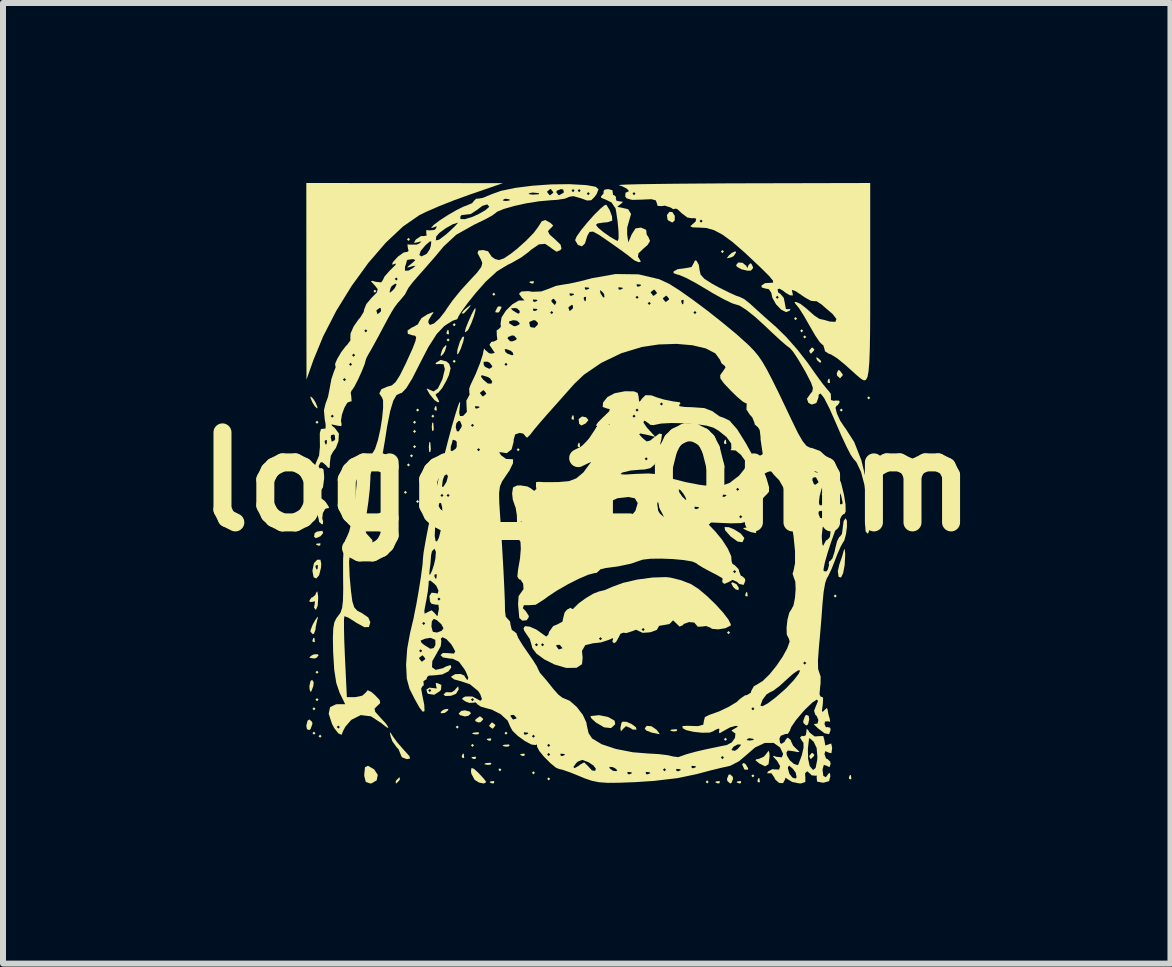
<source format=kicad_pcb>
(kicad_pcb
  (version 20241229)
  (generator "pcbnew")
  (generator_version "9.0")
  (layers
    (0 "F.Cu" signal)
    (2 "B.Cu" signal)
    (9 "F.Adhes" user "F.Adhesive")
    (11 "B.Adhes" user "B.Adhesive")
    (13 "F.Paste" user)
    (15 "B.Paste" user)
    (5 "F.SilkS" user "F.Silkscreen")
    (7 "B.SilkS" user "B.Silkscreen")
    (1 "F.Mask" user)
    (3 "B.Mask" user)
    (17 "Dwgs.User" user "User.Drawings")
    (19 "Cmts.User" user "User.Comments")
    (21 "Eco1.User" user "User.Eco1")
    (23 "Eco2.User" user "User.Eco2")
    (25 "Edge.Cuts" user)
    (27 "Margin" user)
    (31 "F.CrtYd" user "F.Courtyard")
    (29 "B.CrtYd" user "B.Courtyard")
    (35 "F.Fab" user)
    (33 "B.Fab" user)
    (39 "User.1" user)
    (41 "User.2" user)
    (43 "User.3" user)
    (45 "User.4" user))
  (footprint "logo_10mm"
    (layer "F.Cu")
    (at 6.729 4.978)
    (property "Reference" "logo_10mm" (at 0 0 0) (layer "F.SilkS") (effects (font (size 1.5 1.5) (thickness 0.3))))
    (attr board_only exclude_from_pos_files exclude_from_bom)
    (fp_poly (pts (xy -4.521 0.178) (xy -4.547 0.203) (xy -4.572 0.178) (xy -4.547 0.152)) (stroke (width 0) (type solid)) (fill yes) (layer "F.SilkS"))
    (fp_poly (pts (xy -4.521 3.785) (xy -4.547 3.81) (xy -4.572 3.785) (xy -4.547 3.759)) (stroke (width 0) (type solid)) (fill yes) (layer "F.SilkS"))
    (fp_poly (pts (xy -4.521 4.191) (xy -4.547 4.216) (xy -4.572 4.191) (xy -4.547 4.166)) (stroke (width 0) (type solid)) (fill yes) (layer "F.SilkS"))
    (fp_poly (pts (xy -4.47 -0.991) (xy -4.496 -0.965) (xy -4.521 -0.991) (xy -4.496 -1.016)) (stroke (width 0) (type solid)) (fill yes) (layer "F.SilkS"))
    (fp_poly (pts (xy -4.47 3.175) (xy -4.496 3.2) (xy -4.521 3.175) (xy -4.496 3.15)) (stroke (width 0) (type solid)) (fill yes) (layer "F.SilkS"))
    (fp_poly (pts (xy -4.47 3.632) (xy -4.496 3.658) (xy -4.521 3.632) (xy -4.496 3.607)) (stroke (width 0) (type solid)) (fill yes) (layer "F.SilkS"))
    (fp_poly (pts (xy -4.42 4.242) (xy -4.445 4.267) (xy -4.47 4.242) (xy -4.445 4.216)) (stroke (width 0) (type solid)) (fill yes) (layer "F.SilkS"))
    (fp_poly (pts (xy -3.505 -3.175) (xy -3.531 -3.15) (xy -3.556 -3.175) (xy -3.531 -3.2)) (stroke (width 0) (type solid)) (fill yes) (layer "F.SilkS"))
    (fp_poly (pts (xy -2.997 0.178) (xy -3.023 0.203) (xy -3.048 0.178) (xy -3.023 0.152)) (stroke (width 0) (type solid)) (fill yes) (layer "F.SilkS"))
    (fp_poly (pts (xy -2.946 -4.039) (xy -2.972 -4.013) (xy -2.997 -4.039) (xy -2.972 -4.064)) (stroke (width 0) (type solid)) (fill yes) (layer "F.SilkS"))
    (fp_poly (pts (xy -2.946 -0.279) (xy -2.972 -0.254) (xy -2.997 -0.279) (xy -2.972 -0.305)) (stroke (width 0) (type solid)) (fill yes) (layer "F.SilkS"))
    (fp_poly (pts (xy -2.896 -0.432) (xy -2.921 -0.406) (xy -2.946 -0.432) (xy -2.921 -0.457)) (stroke (width 0) (type solid)) (fill yes) (layer "F.SilkS"))
    (fp_poly (pts (xy -2.845 -0.991) (xy -2.87 -0.965) (xy -2.896 -0.991) (xy -2.87 -1.016)) (stroke (width 0) (type solid)) (fill yes) (layer "F.SilkS"))
    (fp_poly (pts (xy -2.845 -0.838) (xy -2.87 -0.813) (xy -2.896 -0.838) (xy -2.87 -0.864)) (stroke (width 0) (type solid)) (fill yes) (layer "F.SilkS"))
    (fp_poly (pts (xy -2.845 -0.584) (xy -2.87 -0.559) (xy -2.896 -0.584) (xy -2.87 -0.61)) (stroke (width 0) (type solid)) (fill yes) (layer "F.SilkS"))
    (fp_poly (pts (xy -2.794 -1.194) (xy -2.819 -1.168) (xy -2.845 -1.194) (xy -2.819 -1.219)) (stroke (width 0) (type solid)) (fill yes) (layer "F.SilkS"))
    (fp_poly (pts (xy -2.794 0.33) (xy -2.819 0.356) (xy -2.845 0.33) (xy -2.819 0.305)) (stroke (width 0) (type solid)) (fill yes) (layer "F.SilkS"))
    (fp_poly (pts (xy -2.642 -0.178) (xy -2.667 -0.152) (xy -2.692 -0.178) (xy -2.667 -0.203)) (stroke (width 0) (type solid)) (fill yes) (layer "F.SilkS"))
    (fp_poly (pts (xy -2.54 -1.092) (xy -2.565 -1.067) (xy -2.591 -1.092) (xy -2.565 -1.118)) (stroke (width 0) (type solid)) (fill yes) (layer "F.SilkS"))
    (fp_poly (pts (xy -2.286 -2.362) (xy -2.311 -2.337) (xy -2.337 -2.362) (xy -2.311 -2.388)) (stroke (width 0) (type solid)) (fill yes) (layer "F.SilkS"))
    (fp_poly (pts (xy -2.184 -2.616) (xy -2.21 -2.591) (xy -2.235 -2.616) (xy -2.21 -2.642)) (stroke (width 0) (type solid)) (fill yes) (layer "F.SilkS"))
    (fp_poly (pts (xy -2.184 -2.007) (xy -2.21 -1.981) (xy -2.235 -2.007) (xy -2.21 -2.032)) (stroke (width 0) (type solid)) (fill yes) (layer "F.SilkS"))
    (fp_poly (pts (xy -2.134 4.089) (xy -2.159 4.115) (xy -2.184 4.089) (xy -2.159 4.064)) (stroke (width 0) (type solid)) (fill yes) (layer "F.SilkS"))
    (fp_poly (pts (xy -1.88 4.394) (xy -1.905 4.42) (xy -1.93 4.394) (xy -1.905 4.369)) (stroke (width 0) (type solid)) (fill yes) (layer "F.SilkS"))
    (fp_poly (pts (xy -1.524 -3.124) (xy -1.549 -3.099) (xy -1.575 -3.124) (xy -1.549 -3.15)) (stroke (width 0) (type solid)) (fill yes) (layer "F.SilkS"))
    (fp_poly (pts (xy -1.422 4.801) (xy -1.448 4.826) (xy -1.473 4.801) (xy -1.448 4.775)) (stroke (width 0) (type solid)) (fill yes) (layer "F.SilkS"))
    (fp_poly (pts (xy -1.321 4.191) (xy -1.346 4.216) (xy -1.372 4.191) (xy -1.346 4.166)) (stroke (width 0) (type solid)) (fill yes) (layer "F.SilkS"))
    (fp_poly (pts (xy -1.118 -0.533) (xy -1.143 -0.508) (xy -1.168 -0.533) (xy -1.143 -0.559)) (stroke (width 0) (type solid)) (fill yes) (layer "F.SilkS"))
    (fp_poly (pts (xy -0.864 4.851) (xy -0.889 4.877) (xy -0.914 4.851) (xy -0.889 4.826)) (stroke (width 0) (type solid)) (fill yes) (layer "F.SilkS"))
    (fp_poly (pts (xy -0.61 4.953) (xy -0.635 4.978) (xy -0.66 4.953) (xy -0.635 4.928)) (stroke (width 0) (type solid)) (fill yes) (layer "F.SilkS"))
    (fp_poly (pts (xy 2.032 5.004) (xy 2.007 5.029) (xy 1.981 5.004) (xy 2.007 4.978)) (stroke (width 0) (type solid)) (fill yes) (layer "F.SilkS"))
    (fp_poly (pts (xy 2.286 -3.835) (xy 2.261 -3.81) (xy 2.235 -3.835) (xy 2.261 -3.861)) (stroke (width 0) (type solid)) (fill yes) (layer "F.SilkS"))
    (fp_poly (pts (xy 2.337 4.293) (xy 2.311 4.318) (xy 2.286 4.293) (xy 2.311 4.267)) (stroke (width 0) (type solid)) (fill yes) (layer "F.SilkS"))
    (fp_poly (pts (xy 2.388 2.515) (xy 2.362 2.54) (xy 2.337 2.515) (xy 2.362 2.489)) (stroke (width 0) (type solid)) (fill yes) (layer "F.SilkS"))
    (fp_poly (pts (xy 2.794 4.902) (xy 2.769 4.928) (xy 2.743 4.902) (xy 2.769 4.877)) (stroke (width 0) (type solid)) (fill yes) (layer "F.SilkS"))
    (fp_poly (pts (xy 3.505 -2.718) (xy 3.48 -2.692) (xy 3.454 -2.718) (xy 3.48 -2.743)) (stroke (width 0) (type solid)) (fill yes) (layer "F.SilkS"))
    (fp_poly (pts (xy 3.607 -2.515) (xy 3.581 -2.489) (xy 3.556 -2.515) (xy 3.581 -2.54)) (stroke (width 0) (type solid)) (fill yes) (layer "F.SilkS"))
    (fp_poly (pts (xy 3.658 -2.413) (xy 3.632 -2.388) (xy 3.607 -2.413) (xy 3.632 -2.438)) (stroke (width 0) (type solid)) (fill yes) (layer "F.SilkS"))
    (fp_poly (pts (xy 4.166 1.905) (xy 4.14 1.93) (xy 4.115 1.905) (xy 4.14 1.88)) (stroke (width 0) (type solid)) (fill yes) (layer "F.SilkS"))
    (fp_poly (pts (xy 4.267 -1.194) (xy 4.242 -1.168) (xy 4.216 -1.194) (xy 4.242 -1.219)) (stroke (width 0) (type solid)) (fill yes) (layer "F.SilkS"))
    (fp_poly (pts (xy 4.724 -1.397) (xy 4.699 -1.372) (xy 4.674 -1.397) (xy 4.699 -1.422)) (stroke (width 0) (type solid)) (fill yes) (layer "F.SilkS"))
    (fp_poly (pts (xy -4.538 2.608) (xy -4.532 2.668) (xy -4.538 2.675) (xy -4.568 2.668) (xy -4.572 2.642) (xy -4.553 2.6)) (stroke (width 0) (type solid)) (fill yes) (layer "F.SilkS"))
    (fp_poly (pts (xy -4.437 1.033) (xy -4.444 1.063) (xy -4.47 1.067) (xy -4.512 1.048) (xy -4.504 1.033) (xy -4.444 1.027)) (stroke (width 0) (type solid)) (fill yes) (layer "F.SilkS"))
    (fp_poly (pts (xy -2.557 -0.978) (xy -2.55 -0.874) (xy -2.557 -0.851) (xy -2.576 -0.845) (xy -2.583 -0.914) (xy -2.575 -0.987)) (stroke (width 0) (type solid)) (fill yes) (layer "F.SilkS"))
    (fp_poly (pts (xy -2.506 -1.253) (xy -2.5 -1.193) (xy -2.506 -1.185) (xy -2.536 -1.192) (xy -2.54 -1.219) (xy -2.521 -1.261)) (stroke (width 0) (type solid)) (fill yes) (layer "F.SilkS"))
    (fp_poly (pts (xy -2.303 -2.523) (xy -2.297 -2.463) (xy -2.303 -2.455) (xy -2.333 -2.462) (xy -2.337 -2.489) (xy -2.318 -2.531)) (stroke (width 0) (type solid)) (fill yes) (layer "F.SilkS"))
    (fp_poly (pts (xy -2.049 4.538) (xy -2.043 4.598) (xy -2.049 4.606) (xy -2.079 4.599) (xy -2.083 4.572) (xy -2.064 4.53)) (stroke (width 0) (type solid)) (fill yes) (layer "F.SilkS"))
    (fp_poly (pts (xy -1.846 4.589) (xy -1.853 4.619) (xy -1.88 4.623) (xy -1.921 4.604) (xy -1.913 4.589) (xy -1.853 4.583)) (stroke (width 0) (type solid)) (fill yes) (layer "F.SilkS"))
    (fp_poly (pts (xy -1.792 4.186) (xy -1.807 4.209) (xy -1.858 4.212) (xy -1.913 4.2) (xy -1.889 4.182) (xy -1.81 4.176)) (stroke (width 0) (type solid)) (fill yes) (layer "F.SilkS"))
    (fp_poly (pts (xy -1.592 4.284) (xy -1.599 4.314) (xy -1.626 4.318) (xy -1.667 4.299) (xy -1.659 4.284) (xy -1.599 4.278)) (stroke (width 0) (type solid)) (fill yes) (layer "F.SilkS"))
    (fp_poly (pts (xy -1.589 4.694) (xy -1.604 4.717) (xy -1.655 4.72) (xy -1.709 4.708) (xy -1.686 4.69) (xy -1.607 4.684)) (stroke (width 0) (type solid)) (fill yes) (layer "F.SilkS"))
    (fp_poly (pts (xy -1.541 4.995) (xy -1.548 5.026) (xy -1.575 5.029) (xy -1.617 5.011) (xy -1.609 4.995) (xy -1.548 4.989)) (stroke (width 0) (type solid)) (fill yes) (layer "F.SilkS"))
    (fp_poly (pts (xy -1.284 4.389) (xy -1.299 4.412) (xy -1.35 4.416) (xy -1.405 4.403) (xy -1.381 4.385) (xy -1.302 4.379)) (stroke (width 0) (type solid)) (fill yes) (layer "F.SilkS"))
    (fp_poly (pts (xy -1.033 4.538) (xy -1.04 4.568) (xy -1.067 4.572) (xy -1.109 4.553) (xy -1.101 4.538) (xy -1.04 4.532)) (stroke (width 0) (type solid)) (fill yes) (layer "F.SilkS"))
    (fp_poly (pts (xy -0.881 -3.336) (xy -0.888 -3.306) (xy -0.914 -3.302) (xy -0.956 -3.321) (xy -0.948 -3.336) (xy -0.888 -3.342)) (stroke (width 0) (type solid)) (fill yes) (layer "F.SilkS"))
    (fp_poly (pts (xy -0.22 -1.101) (xy -0.214 -1.04) (xy -0.22 -1.033) (xy -0.25 -1.04) (xy -0.254 -1.067) (xy -0.235 -1.109)) (stroke (width 0) (type solid)) (fill yes) (layer "F.SilkS"))
    (fp_poly (pts (xy -0.119 -0.643) (xy -0.112 -0.583) (xy -0.119 -0.576) (xy -0.149 -0.583) (xy -0.152 -0.61) (xy -0.134 -0.651)) (stroke (width 0) (type solid)) (fill yes) (layer "F.SilkS"))
    (fp_poly (pts (xy 1.51 4.135) (xy 1.495 4.158) (xy 1.444 4.162) (xy 1.389 4.149) (xy 1.413 4.131) (xy 1.492 4.125)) (stroke (width 0) (type solid)) (fill yes) (layer "F.SilkS"))
    (fp_poly (pts (xy 2.218 4.995) (xy 2.211 5.026) (xy 2.184 5.029) (xy 2.143 5.011) (xy 2.151 4.995) (xy 2.211 4.989)) (stroke (width 0) (type solid)) (fill yes) (layer "F.SilkS"))
    (fp_poly (pts (xy 2.32 -0.694) (xy 2.326 -0.634) (xy 2.32 -0.627) (xy 2.29 -0.634) (xy 2.286 -0.66) (xy 2.305 -0.702)) (stroke (width 0) (type solid)) (fill yes) (layer "F.SilkS"))
    (fp_poly (pts (xy 2.574 4.995) (xy 2.567 5.026) (xy 2.54 5.029) (xy 2.498 5.011) (xy 2.506 4.995) (xy 2.566 4.989)) (stroke (width 0) (type solid)) (fill yes) (layer "F.SilkS"))
    (fp_poly (pts (xy 2.675 1.846) (xy 2.682 1.906) (xy 2.675 1.913) (xy 2.645 1.906) (xy 2.642 1.88) (xy 2.66 1.838)) (stroke (width 0) (type solid)) (fill yes) (layer "F.SilkS"))
    (fp_poly (pts (xy 2.879 4.945) (xy 2.885 5.005) (xy 2.879 5.012) (xy 2.848 5.005) (xy 2.845 4.978) (xy 2.863 4.937)) (stroke (width 0) (type solid)) (fill yes) (layer "F.SilkS"))
    (fp_poly (pts (xy 4.047 -1.71) (xy 4.053 -1.65) (xy 4.047 -1.643) (xy 4.017 -1.65) (xy 4.013 -1.676) (xy 4.032 -1.718)) (stroke (width 0) (type solid)) (fill yes) (layer "F.SilkS"))
    (fp_poly (pts (xy 4.403 4.894) (xy 4.409 4.954) (xy 4.403 4.961) (xy 4.372 4.954) (xy 4.369 4.928) (xy 4.387 4.886)) (stroke (width 0) (type solid)) (fill yes) (layer "F.SilkS"))
    (fp_poly (pts (xy -4.393 0.857) (xy -4.439 0.91) (xy -4.515 0.941) (xy -4.545 0.917) (xy -4.535 0.857) (xy -4.497 0.832) (xy -4.407 0.818)) (stroke (width 0) (type solid)) (fill yes) (layer "F.SilkS"))
    (fp_poly (pts (xy -2.312 3.811) (xy -2.366 3.853) (xy -2.424 3.86) (xy -2.438 3.841) (xy -2.399 3.808) (xy -2.36 3.791) (xy -2.307 3.787)) (stroke (width 0) (type solid)) (fill yes) (layer "F.SilkS"))
    (fp_poly (pts (xy -0.01 -1.073) (xy 0.028 -1.027) (xy -0.018 -0.971) (xy -0.091 -0.936) (xy -0.128 -0.967) (xy -0.135 -1.045) (xy -0.078 -1.087)) (stroke (width 0) (type solid)) (fill yes) (layer "F.SilkS"))
    (fp_poly (pts (xy 1.371 -0.281) (xy 1.403 -0.217) (xy 1.381 -0.203) (xy 1.306 -0.241) (xy 1.293 -0.257) (xy 1.274 -0.324) (xy 1.314 -0.329)) (stroke (width 0) (type solid)) (fill yes) (layer "F.SilkS"))
    (fp_poly (pts (xy 2.496 1.708) (xy 2.535 1.771) (xy 2.527 1.808) (xy 2.481 1.794) (xy 2.439 1.754) (xy 2.407 1.69) (xy 2.429 1.676)) (stroke (width 0) (type solid)) (fill yes) (layer "F.SilkS"))
    (fp_poly (pts (xy 3.853 -2.062) (xy 3.907 -2.011) (xy 3.896 -1.982) (xy 3.889 -1.981) (xy 3.846 -2.017) (xy 3.831 -2.04) (xy 3.825 -2.075)) (stroke (width 0) (type solid)) (fill yes) (layer "F.SilkS"))
    (fp_poly (pts (xy -4.577 4.003) (xy -4.572 4.036) (xy -4.603 4.122) (xy -4.623 4.14) (xy -4.663 4.125) (xy -4.674 4.067) (xy -4.653 3.983) (xy -4.623 3.962)) (stroke (width 0) (type solid)) (fill yes) (layer "F.SilkS"))
    (fp_poly (pts (xy -4.56 -1.383) (xy -4.521 -1.321) (xy -4.488 -1.242) (xy -4.492 -1.219) (xy -4.533 -1.258) (xy -4.572 -1.321) (xy -4.605 -1.399) (xy -4.601 -1.422)) (stroke (width 0) (type solid)) (fill yes) (layer "F.SilkS"))
    (fp_poly (pts (xy -4.551 3.342) (xy -4.557 3.404) (xy -4.587 3.486) (xy -4.603 3.505) (xy -4.619 3.462) (xy -4.623 3.404) (xy -4.603 3.321) (xy -4.577 3.302)) (stroke (width 0) (type solid)) (fill yes) (layer "F.SilkS"))
    (fp_poly (pts (xy -4.47 2.897) (xy -4.512 2.941) (xy -4.547 2.946) (xy -4.614 2.936) (xy -4.623 2.926) (xy -4.583 2.894) (xy -4.547 2.877) (xy -4.481 2.876)) (stroke (width 0) (type solid)) (fill yes) (layer "F.SilkS"))
    (fp_poly (pts (xy -3.115 4.96) (xy -3.124 4.978) (xy -3.172 5.027) (xy -3.181 5.029) (xy -3.184 4.996) (xy -3.175 4.978) (xy -3.127 4.93) (xy -3.118 4.928)) (stroke (width 0) (type solid)) (fill yes) (layer "F.SilkS"))
    (fp_poly (pts (xy -2.609 -0.655) (xy -2.606 -0.647) (xy -2.599 -0.536) (xy -2.608 -0.494) (xy -2.625 -0.493) (xy -2.632 -0.572) (xy -2.632 -0.584) (xy -2.624 -0.663)) (stroke (width 0) (type solid)) (fill yes) (layer "F.SilkS"))
    (fp_poly (pts (xy -2.338 -2.261) (xy -2.364 -2.177) (xy -2.388 -2.134) (xy -2.428 -2.093) (xy -2.437 -2.108) (xy -2.412 -2.192) (xy -2.388 -2.235) (xy -2.347 -2.276)) (stroke (width 0) (type solid)) (fill yes) (layer "F.SilkS"))
    (fp_poly (pts (xy -1.949 3.831) (xy -1.93 3.861) (xy -1.973 3.902) (xy -2.032 3.912) (xy -2.115 3.89) (xy -2.134 3.861) (xy -2.091 3.82) (xy -2.032 3.81)) (stroke (width 0) (type solid)) (fill yes) (layer "F.SilkS"))
    (fp_poly (pts (xy -1.946 -2.92) (xy -1.975 -2.883) (xy -2.049 -2.804) (xy -2.082 -2.804) (xy -2.083 -2.813) (xy -2.048 -2.856) (xy -1.994 -2.902) (xy -1.934 -2.946)) (stroke (width 0) (type solid)) (fill yes) (layer "F.SilkS"))
    (fp_poly (pts (xy -1.729 3.95) (xy -1.727 3.962) (xy -1.769 4.007) (xy -1.806 4.013) (xy -1.859 3.989) (xy -1.854 3.962) (xy -1.789 3.914) (xy -1.775 3.912)) (stroke (width 0) (type solid)) (fill yes) (layer "F.SilkS"))
    (fp_poly (pts (xy -1.525 4.052) (xy -1.524 4.064) (xy -1.563 4.113) (xy -1.575 4.115) (xy -1.624 4.076) (xy -1.626 4.064) (xy -1.587 4.015) (xy -1.575 4.013)) (stroke (width 0) (type solid)) (fill yes) (layer "F.SilkS"))
    (fp_poly (pts (xy -1.426 -2.919) (xy -1.422 -2.902) (xy -1.459 -2.83) (xy -1.473 -2.819) (xy -1.52 -2.822) (xy -1.524 -2.839) (xy -1.487 -2.911) (xy -1.473 -2.921)) (stroke (width 0) (type solid)) (fill yes) (layer "F.SilkS"))
    (fp_poly (pts (xy 1.426 -4.494) (xy 1.467 -4.431) (xy 1.466 -4.354) (xy 1.425 -4.318) (xy 1.357 -4.355) (xy 1.346 -4.369) (xy 1.336 -4.444) (xy 1.377 -4.497)) (stroke (width 0) (type solid)) (fill yes) (layer "F.SilkS"))
    (fp_poly (pts (xy 2.433 4.918) (xy 2.438 4.953) (xy 2.411 5.021) (xy 2.388 5.029) (xy 2.343 4.988) (xy 2.337 4.953) (xy 2.364 4.885) (xy 2.388 4.877)) (stroke (width 0) (type solid)) (fill yes) (layer "F.SilkS"))
    (fp_poly (pts (xy 2.489 -3.822) (xy 2.449 -3.761) (xy 2.413 -3.741) (xy 2.347 -3.724) (xy 2.337 -3.729) (xy 2.37 -3.772) (xy 2.413 -3.81) (xy 2.475 -3.841)) (stroke (width 0) (type solid)) (fill yes) (layer "F.SilkS"))
    (fp_poly (pts (xy 2.651 4.713) (xy 2.69 4.778) (xy 2.685 4.8) (xy 2.632 4.798) (xy 2.625 4.792) (xy 2.591 4.714) (xy 2.591 4.706) (xy 2.617 4.687)) (stroke (width 0) (type solid)) (fill yes) (layer "F.SilkS"))
    (fp_poly (pts (xy 3.698 3.902) (xy 3.708 3.959) (xy 3.688 4.044) (xy 3.658 4.064) (xy 3.612 4.023) (xy 3.607 3.991) (xy 3.638 3.904) (xy 3.658 3.886)) (stroke (width 0) (type solid)) (fill yes) (layer "F.SilkS"))
    (fp_poly (pts (xy 3.793 -2.204) (xy 3.785 -2.184) (xy 3.739 -2.136) (xy 3.731 -2.134) (xy 3.709 -2.173) (xy 3.708 -2.184) (xy 3.747 -2.233) (xy 3.762 -2.235)) (stroke (width 0) (type solid)) (fill yes) (layer "F.SilkS"))
    (fp_poly (pts (xy 3.793 4.552) (xy 3.785 4.572) (xy 3.739 4.62) (xy 3.731 4.623) (xy 3.709 4.583) (xy 3.708 4.572) (xy 3.747 4.523) (xy 3.762 4.521)) (stroke (width 0) (type solid)) (fill yes) (layer "F.SilkS"))
    (fp_poly (pts (xy 4.216 -1.854) (xy 4.265 -1.789) (xy 4.267 -1.775) (xy 4.228 -1.729) (xy 4.216 -1.727) (xy 4.172 -1.769) (xy 4.166 -1.806) (xy 4.19 -1.859)) (stroke (width 0) (type solid)) (fill yes) (layer "F.SilkS"))
    (fp_poly (pts (xy -2.058 -2.337) (xy -2.102 -2.21) (xy -2.14 -2.134) (xy -2.161 -2.123) (xy -2.157 -2.191) (xy -2.153 -2.21) (xy -2.114 -2.335) (xy -2.071 -2.413) (xy -2.043 -2.418)) (stroke (width 0) (type solid)) (fill yes) (layer "F.SilkS"))
    (fp_poly (pts (xy -2.134 3.461) (xy -2.179 3.535) (xy -2.261 3.568) (xy -2.355 3.572) (xy -2.388 3.549) (xy -2.348 3.508) (xy -2.254 3.51) (xy -2.202 3.477) (xy -2.178 3.446) (xy -2.143 3.41)) (stroke (width 0) (type solid)) (fill yes) (layer "F.SilkS"))
    (fp_poly (pts (xy 1.079 4.076) (xy 1.161 4.132) (xy 1.168 4.14) (xy 1.212 4.199) (xy 1.213 4.209) (xy 1.154 4.196) (xy 1.079 4.181) (xy 0.99 4.146) (xy 0.965 4.111) (xy 1 4.068)) (stroke (width 0) (type solid)) (fill yes) (layer "F.SilkS"))
    (fp_poly (pts (xy 2.37 0.759) (xy 2.455 0.794) (xy 2.566 0.864) (xy 2.623 0.934) (xy 2.625 0.945) (xy 2.594 1.009) (xy 2.513 0.997) (xy 2.397 0.912) (xy 2.305 0.809) (xy 2.297 0.755)) (stroke (width 0) (type solid)) (fill yes) (layer "F.SilkS"))
    (fp_poly (pts (xy -4.482 2.27) (xy -4.492 2.303) (xy -4.517 2.42) (xy -4.521 2.468) (xy -4.547 2.533) (xy -4.568 2.54) (xy -4.604 2.501) (xy -4.604 2.477) (xy -4.569 2.385) (xy -4.528 2.311) (xy -4.484 2.248)) (stroke (width 0) (type solid)) (fill yes) (layer "F.SilkS"))
    (fp_poly (pts (xy -3.547 4.792) (xy -3.542 4.796) (xy -3.483 4.886) (xy -3.501 4.977) (xy -3.586 5.027) (xy -3.612 5.029) (xy -3.683 5.003) (xy -3.708 4.907) (xy -3.708 4.877) (xy -3.696 4.759) (xy -3.647 4.734)) (stroke (width 0) (type solid)) (fill yes) (layer "F.SilkS"))
    (fp_poly (pts (xy 0.342 3.918) (xy 0.365 3.926) (xy 0.464 3.983) (xy 0.474 4.042) (xy 0.405 4.106) (xy 0.289 4.094) (xy 0.152 4.013) (xy 0.076 3.944) (xy 0.061 3.907) (xy 0.064 3.906) (xy 0.206 3.891)) (stroke (width 0) (type solid)) (fill yes) (layer "F.SilkS"))
    (fp_poly (pts (xy 3.044 4.52) (xy 3.046 4.582) (xy 3.03 4.709) (xy 2.972 4.744) (xy 2.873 4.694) (xy 2.81 4.641) (xy 2.831 4.624) (xy 2.858 4.623) (xy 2.951 4.583) (xy 2.993 4.534) (xy 3.03 4.484)) (stroke (width 0) (type solid)) (fill yes) (layer "F.SilkS"))
    (fp_poly (pts (xy -1.875 4.789) (xy -1.803 4.856) (xy -1.719 4.946) (xy -1.677 5.002) (xy -1.676 5.006) (xy -1.713 5.03) (xy -1.793 5.015) (xy -1.869 4.969) (xy -1.869 4.968) (xy -1.924 4.866) (xy -1.93 4.818) (xy -1.92 4.77)) (stroke (width 0) (type solid)) (fill yes) (layer "F.SilkS"))
    (fp_poly (pts (xy -1.854 -2.855) (xy -1.88 -2.76) (xy -1.922 -2.645) (xy -1.967 -2.549) (xy -1.988 -2.517) (xy -2.028 -2.49) (xy -2.032 -2.498) (xy -2.014 -2.566) (xy -1.97 -2.676) (xy -1.918 -2.792) (xy -1.873 -2.876) (xy -1.856 -2.896)) (stroke (width 0) (type solid)) (fill yes) (layer "F.SilkS"))
    (fp_poly (pts (xy 2.832 0.749) (xy 2.816 0.803) (xy 2.822 0.817) (xy 2.822 0.857) (xy 2.738 0.841) (xy 2.667 0.813) (xy 2.604 0.779) (xy 2.634 0.767) (xy 2.65 0.766) (xy 2.767 0.752) (xy 2.803 0.745) (xy 2.842 0.741)) (stroke (width 0) (type solid)) (fill yes) (layer "F.SilkS"))
    (fp_poly (pts (xy 4.306 1.184) (xy 4.307 1.219) (xy 4.298 1.391) (xy 4.273 1.524) (xy 4.238 1.596) (xy 4.2 1.588) (xy 4.197 1.584) (xy 4.184 1.492) (xy 4.209 1.381) (xy 4.257 1.242) (xy 4.284 1.143) (xy 4.298 1.119)) (stroke (width 0) (type solid)) (fill yes) (layer "F.SilkS"))
    (fp_poly (pts (xy 0.663 4.002) (xy 0.75 4.04) (xy 0.818 4.091) (xy 0.83 4.132) (xy 0.769 4.132) (xy 0.725 4.105) (xy 0.654 4.074) (xy 0.607 4.118) (xy 0.569 4.161) (xy 0.56 4.108) (xy 0.56 4.105) (xy 0.578 4.02) (xy 0.597 3.999)) (stroke (width 0) (type solid)) (fill yes) (layer "F.SilkS"))
    (fp_poly (pts (xy 2.597 -3.649) (xy 2.655 -3.601) (xy 2.659 -3.594) (xy 2.682 -3.559) (xy 2.688 -3.597) (xy 2.721 -3.639) (xy 2.744 -3.632) (xy 2.773 -3.571) (xy 2.766 -3.552) (xy 2.735 -3.518) (xy 2.677 -3.517) (xy 2.578 -3.54) (xy 2.503 -3.582) (xy 2.489 -3.611) (xy 2.524 -3.653)) (stroke (width 0) (type solid)) (fill yes) (layer "F.SilkS"))
    (fp_poly (pts (xy -4.478 1.899) (xy -4.476 1.943) (xy -4.484 2.065) (xy -4.511 2.13) (xy -4.52 2.134) (xy -4.546 2.096) (xy -4.536 2.049) (xy -4.529 1.992) (xy -4.563 2.001) (xy -4.616 2.005) (xy -4.623 1.984) (xy -4.589 1.932) (xy -4.576 1.93) (xy -4.525 1.889) (xy -4.505 1.841) (xy -4.49 1.828)) (stroke (width 0) (type solid)) (fill yes) (layer "F.SilkS"))
    (fp_poly (pts (xy -3.264 4.192) (xy -3.235 4.24) (xy -3.159 4.344) (xy -3.053 4.466) (xy -3.039 4.481) (xy -2.957 4.572) (xy -2.944 4.613) (xy -2.994 4.623) (xy -3.001 4.623) (xy -3.081 4.593) (xy -3.099 4.553) (xy -3.135 4.462) (xy -3.17 4.424) (xy -3.239 4.328) (xy -3.267 4.253) (xy -3.283 4.175)) (stroke (width 0) (type solid)) (fill yes) (layer "F.SilkS"))
    (fp_poly (pts (xy -3.035 -4.977) (xy -1.397 -4.976) (xy -1.959 -4.782) (xy -2.215 -4.689) (xy -2.465 -4.59) (xy -2.676 -4.498) (xy -2.789 -4.443) (xy -3.062 -4.254) (xy -3.35 -3.983) (xy -3.639 -3.648) (xy -3.917 -3.265) (xy -4.173 -2.851) (xy -4.393 -2.423) (xy -4.554 -2.032) (xy -4.671 -1.702) (xy -4.673 -3.34) (xy -4.674 -4.978)) (stroke (width 0) (type solid)) (fill yes) (layer "F.SilkS"))
    (fp_poly (pts (xy -4.425 1.367) (xy -4.429 1.432) (xy -4.46 1.557) (xy -4.507 1.613) (xy -4.552 1.593) (xy -4.572 1.489) (xy -4.572 1.483) (xy -4.56 1.422) (xy -4.521 1.422) (xy -4.503 1.464) (xy -4.487 1.456) (xy -4.481 1.396) (xy -4.487 1.389) (xy -4.518 1.396) (xy -4.521 1.422) (xy -4.56 1.422) (xy -4.546 1.357) (xy -4.493 1.301) (xy -4.439 1.3)) (stroke (width 0) (type solid)) (fill yes) (layer "F.SilkS"))
    (fp_poly (pts (xy -2.424 3.386) (xy -2.428 3.463) (xy -2.445 3.488) (xy -2.542 3.551) (xy -2.64 3.537) (xy -2.657 3.524) (xy -2.669 3.48) (xy -2.642 3.48) (xy -2.616 3.505) (xy -2.591 3.48) (xy -2.616 3.454) (xy -2.642 3.48) (xy -2.669 3.48) (xy -2.674 3.465) (xy -2.621 3.432) (xy -2.555 3.44) (xy -2.499 3.446) (xy -2.509 3.412) (xy -2.517 3.359) (xy -2.501 3.353)) (stroke (width 0) (type solid)) (fill yes) (layer "F.SilkS"))
    (fp_poly (pts (xy -4.464 0.251) (xy -4.373 0.315) (xy -4.347 0.345) (xy -4.297 0.422) (xy -4.3 0.443) (xy -4.306 0.439) (xy -4.358 0.451) (xy -4.398 0.522) (xy -4.409 0.613) (xy -4.394 0.66) (xy -4.398 0.707) (xy -4.417 0.711) (xy -4.461 0.669) (xy -4.47 0.614) (xy -4.5 0.518) (xy -4.534 0.487) (xy -4.571 0.453) (xy -4.534 0.428) (xy -4.475 0.37) (xy -4.47 0.348) (xy -4.502 0.322) (xy -4.521 0.33) (xy -4.568 0.329) (xy -4.572 0.313) (xy -4.54 0.249)) (stroke (width 0) (type solid)) (fill yes) (layer "F.SilkS"))
    (fp_poly (pts (xy -2.336 -2.003) (xy -2.293 -1.964) (xy -2.269 -1.891) (xy -2.298 -1.775) (xy -2.339 -1.685) (xy -2.41 -1.559) (xy -2.475 -1.483) (xy -2.497 -1.473) (xy -2.521 -1.446) (xy -2.489 -1.397) (xy -2.459 -1.335) (xy -2.477 -1.321) (xy -2.537 -1.359) (xy -2.614 -1.453) (xy -2.619 -1.46) (xy -2.667 -1.545) (xy -2.651 -1.551) (xy -2.636 -1.54) (xy -2.553 -1.504) (xy -2.481 -1.554) (xy -2.411 -1.697) (xy -2.402 -1.722) (xy -2.365 -1.876) (xy -2.387 -1.958) (xy -2.466 -1.962) (xy -2.472 -1.96) (xy -2.52 -1.959) (xy -2.514 -1.982) (xy -2.436 -2.029)) (stroke (width 0) (type solid)) (fill yes) (layer "F.SilkS"))
    (fp_poly (pts (xy 0.428 -4.858) (xy 0.432 -4.826) (xy 0.438 -4.779) (xy 0.457 -4.775) (xy 0.49 -4.744) (xy 0.483 -4.724) (xy 0.496 -4.682) (xy 0.543 -4.673) (xy 0.604 -4.664) (xy 0.569 -4.629) (xy 0.559 -4.623) (xy 0.508 -4.583) (xy 0.546 -4.572) (xy 0.559 -4.572) (xy 0.69 -4.541) (xy 0.738 -4.462) (xy 0.713 -4.373) (xy 0.674 -4.236) (xy 0.673 -4.125) (xy 0.692 -3.988) (xy 0.749 -4.123) (xy 0.813 -4.221) (xy 0.899 -4.235) (xy 0.914 -4.231) (xy 0.987 -4.199) (xy 0.993 -4.177) (xy 0.998 -4.121) (xy 1.028 -4.075) (xy 1.055 -4.012) (xy 1.013 -3.944) (xy 0.951 -3.891) (xy 0.862 -3.806) (xy 0.853 -3.746) (xy 0.873 -3.719) (xy 0.902 -3.668) (xy 0.867 -3.658) (xy 0.797 -3.686) (xy 0.752 -3.721) (xy 0.678 -3.78) (xy 0.546 -3.876) (xy 0.385 -3.99) (xy 0.366 -4.003) (xy 0.204 -4.114) (xy 0.105 -4.168) (xy 0.047 -4.163) (xy 0.009 -4.097) (xy -0.03 -3.971) (xy -0.079 -3.923) (xy -0.147 -3.945) (xy -0.193 -4.023) (xy -0.194 -4.026) (xy -0.169 -4.087) (xy -0.095 -4.192) (xy 0.008 -4.318) (xy 0.121 -4.445) (xy 0.226 -4.549) (xy 0.301 -4.61) (xy 0.327 -4.615) (xy 0.383 -4.524) (xy 0.421 -4.421) (xy 0.424 -4.353) (xy 0.422 -4.35) (xy 0.35 -4.325) (xy 0.271 -4.318) (xy 0.18 -4.304) (xy 0.153 -4.28) (xy 0.191 -4.232) (xy 0.281 -4.157) (xy 0.391 -4.08) (xy 0.484 -4.025) (xy 0.519 -4.013) (xy 0.531 -4.058) (xy 0.529 -4.174) (xy 0.515 -4.331) (xy 0.49 -4.499) (xy 0.48 -4.554) (xy 0.412 -4.654) (xy 0.318 -4.7) (xy 0.239 -4.732) (xy 0.239 -4.759) (xy 0.242 -4.76) (xy 0.283 -4.808) (xy 0.277 -4.83) (xy 0.295 -4.867) (xy 0.356 -4.877)) (stroke (width 0) (type solid)) (fill yes) (layer "F.SilkS"))
    (fp_poly (pts (xy 1.829 -3.683) (xy 1.868 -3.613) (xy 1.88 -3.528) (xy 1.897 -3.452) (xy 1.962 -3.38) (xy 2.094 -3.296) (xy 2.197 -3.24) (xy 2.361 -3.158) (xy 2.491 -3.099) (xy 2.56 -3.075) (xy 2.561 -3.074) (xy 2.626 -3.042) (xy 2.725 -2.963) (xy 2.743 -2.946) (xy 2.851 -2.848) (xy 3.002 -2.712) (xy 3.16 -2.573) (xy 3.326 -2.41) (xy 3.51 -2.201) (xy 3.679 -1.985) (xy 3.712 -1.938) (xy 3.835 -1.764) (xy 3.939 -1.623) (xy 4.01 -1.536) (xy 4.027 -1.518) (xy 4.068 -1.464) (xy 4.068 -1.455) (xy 4.07 -1.361) (xy 4.121 -1.347) (xy 4.14 -1.353) (xy 4.205 -1.351) (xy 4.216 -1.326) (xy 4.182 -1.273) (xy 4.167 -1.27) (xy 4.145 -1.232) (xy 4.168 -1.139) (xy 4.222 -1.02) (xy 4.298 -0.905) (xy 4.311 -0.889) (xy 4.457 -0.662) (xy 4.576 -0.358) (xy 4.663 0.000263) (xy 4.711 0.391) (xy 4.712 0.419) (xy 4.721 0.654) (xy 4.713 0.798) (xy 4.69 0.86) (xy 4.678 0.864) (xy 4.647 0.828) (xy 4.64 0.712) (xy 4.654 0.536) (xy 4.658 0.297) (xy 4.628 0.054) (xy 4.571 -0.163) (xy 4.494 -0.325) (xy 4.447 -0.379) (xy 4.401 -0.445) (xy 4.329 -0.584) (xy 4.24 -0.774) (xy 4.163 -0.953) (xy 4.044 -1.223) (xy 3.955 -1.396) (xy 3.895 -1.471) (xy 3.865 -1.45) (xy 3.861 -1.4) (xy 3.826 -1.311) (xy 3.75 -1.285) (xy 3.693 -1.315) (xy 3.669 -1.382) (xy 3.721 -1.457) (xy 3.76 -1.506) (xy 3.768 -1.564) (xy 3.737 -1.653) (xy 3.663 -1.797) (xy 3.62 -1.875) (xy 3.523 -2.039) (xy 3.44 -2.165) (xy 3.385 -2.228) (xy 3.381 -2.23) (xy 3.323 -2.273) (xy 3.212 -2.37) (xy 3.065 -2.506) (xy 2.968 -2.599) (xy 2.804 -2.748) (xy 2.657 -2.865) (xy 2.548 -2.934) (xy 2.51 -2.946) (xy 2.425 -2.972) (xy 2.28 -3.042) (xy 2.1 -3.142) (xy 2.006 -3.199) (xy 1.818 -3.31) (xy 1.655 -3.397) (xy 1.54 -3.446) (xy 1.508 -3.453) (xy 1.446 -3.476) (xy 1.448 -3.505) (xy 1.516 -3.542) (xy 1.629 -3.556) (xy 1.746 -3.578) (xy 1.778 -3.635) (xy 1.803 -3.688)) (stroke (width 0) (type solid)) (fill yes) (layer "F.SilkS"))
    (fp_poly (pts (xy 1.389 1.597) (xy 1.568 1.641) (xy 1.736 1.706) (xy 1.745 1.711) (xy 1.865 1.789) (xy 2.004 1.906) (xy 2.145 2.042) (xy 2.27 2.179) (xy 2.361 2.297) (xy 2.401 2.379) (xy 2.397 2.399) (xy 2.31 2.442) (xy 2.191 2.461) (xy 2.088 2.452) (xy 2.052 2.429) (xy 1.987 2.405) (xy 1.926 2.414) (xy 1.848 2.417) (xy 1.829 2.391) (xy 1.79 2.347) (xy 1.704 2.34) (xy 1.62 2.37) (xy 1.595 2.395) (xy 1.546 2.415) (xy 1.491 2.36) (xy 1.439 2.311) (xy 1.422 2.327) (xy 1.379 2.372) (xy 1.292 2.388) (xy 1.206 2.402) (xy 1.19 2.432) (xy 1.166 2.471) (xy 1.07 2.506) (xy 1.054 2.51) (xy 0.932 2.519) (xy 0.873 2.492) (xy 0.873 2.491) (xy 0.821 2.467) (xy 0.757 2.492) (xy 0.659 2.523) (xy 0.612 2.516) (xy 0.563 2.533) (xy 0.534 2.59) (xy 0.487 2.673) (xy 0.451 2.692) (xy 0.425 2.66) (xy 0.435 2.637) (xy 0.438 2.606) (xy 0.369 2.635) (xy 0.365 2.637) (xy 0.235 2.679) (xy 0.11 2.692) (xy -0.025 2.724) (xy -0.08 2.82) (xy -0.069 2.932) (xy -0.079 3.041) (xy -0.169 3.101) (xy -0.331 3.104) (xy -0.36 3.099) (xy -0.537 3.047) (xy -0.705 2.963) (xy -0.839 2.865) (xy -0.909 2.77) (xy -0.914 2.743) (xy -0.921 2.718) (xy -0.864 2.718) (xy -0.838 2.743) (xy -0.813 2.718) (xy -0.762 2.718) (xy -0.737 2.743) (xy -0.734 2.74) (xy -0.508 2.74) (xy -0.471 2.792) (xy -0.457 2.794) (xy -0.408 2.777) (xy -0.406 2.772) (xy -0.442 2.728) (xy -0.457 2.718) (xy -0.504 2.722) (xy -0.508 2.74) (xy -0.734 2.74) (xy -0.711 2.718) (xy -0.737 2.692) (xy -0.762 2.718) (xy -0.813 2.718) (xy -0.838 2.692) (xy -0.864 2.718) (xy -0.921 2.718) (xy -0.948 2.625) (xy -0.953 2.616) (xy 0.203 2.616) (xy 0.229 2.642) (xy 0.254 2.616) (xy 0.229 2.591) (xy 0.203 2.616) (xy -0.953 2.616) (xy -0.978 2.581) (xy -1.041 2.486) (xy -1.055 2.446) (xy -1.031 2.407) (xy -0.95 2.416) (xy -0.842 2.463) (xy -0.747 2.53) (xy -0.676 2.581) (xy -0.642 2.551) (xy -0.628 2.502) (xy -0.6 2.464) (xy 0.914 2.464) (xy 0.94 2.489) (xy 0.965 2.464) (xy 0.94 2.438) (xy 0.914 2.464) (xy -0.6 2.464) (xy -0.56 2.407) (xy -0.49 2.378) (xy -0.405 2.333) (xy -0.394 2.28) (xy -0.37 2.182) (xy -0.331 2.134) (xy -0.269 2.101) (xy -0.253 2.115) (xy -0.231 2.124) (xy -0.215 2.106) (xy -0.136 2.028) (xy -0.015 1.94) (xy 0.111 1.865) (xy 0.204 1.829) (xy 0.211 1.828) (xy 0.302 1.806) (xy 0.421 1.754) (xy 0.604 1.686) (xy 0.843 1.631) (xy 1.096 1.597) (xy 1.317 1.59)) (stroke (width 0) (type solid)) (fill yes) (layer "F.SilkS"))
    (fp_poly (pts (xy 4.724 -3.336) (xy 4.724 -2.869) (xy 4.722 -2.495) (xy 4.717 -2.205) (xy 4.709 -1.989) (xy 4.696 -1.838) (xy 4.678 -1.744) (xy 4.653 -1.697) (xy 4.621 -1.688) (xy 4.579 -1.709) (xy 4.546 -1.735) (xy 4.481 -1.791) (xy 4.372 -1.889) (xy 4.298 -1.955) (xy 4.173 -2.057) (xy 4.07 -2.121) (xy 4.031 -2.134) (xy 3.97 -2.174) (xy 3.962 -2.21) (xy 3.941 -2.277) (xy 3.923 -2.286) (xy 3.882 -2.327) (xy 3.808 -2.436) (xy 3.719 -2.59) (xy 3.711 -2.603) (xy 3.618 -2.766) (xy 3.537 -2.893) (xy 3.485 -2.957) (xy 3.484 -2.958) (xy 3.46 -2.991) (xy 3.489 -2.996) (xy 3.561 -2.964) (xy 3.665 -2.883) (xy 3.693 -2.857) (xy 3.797 -2.766) (xy 3.875 -2.715) (xy 3.887 -2.711) (xy 3.972 -2.692) (xy 4.051 -2.669) (xy 4.144 -2.664) (xy 4.161 -2.712) (xy 4.098 -2.794) (xy 4.086 -2.805) (xy 3.982 -2.893) (xy 3.912 -2.955) (xy 3.831 -3.008) (xy 3.788 -3.009) (xy 3.732 -3.016) (xy 3.632 -3.073) (xy 3.608 -3.09) (xy 3.481 -3.175) (xy 3.419 -3.197) (xy 3.426 -3.155) (xy 3.429 -3.15) (xy 3.435 -3.104) (xy 3.385 -3.107) (xy 3.308 -3.153) (xy 3.283 -3.175) (xy 3.212 -3.218) (xy 3.179 -3.206) (xy 3.192 -3.152) (xy 3.226 -3.131) (xy 3.283 -3.064) (xy 3.302 -2.97) (xy 3.319 -2.878) (xy 3.361 -2.875) (xy 3.395 -2.881) (xy 3.382 -2.85) (xy 3.321 -2.826) (xy 3.238 -2.869) (xy 3.154 -2.957) (xy 3.092 -3.068) (xy 3.091 -3.073) (xy 3.15 -3.073) (xy 3.175 -3.048) (xy 3.2 -3.073) (xy 3.175 -3.099) (xy 3.15 -3.073) (xy 3.091 -3.073) (xy 3.075 -3.15) (xy 3.032 -3.21) (xy 2.982 -3.218) (xy 2.916 -3.237) (xy 2.911 -3.269) (xy 2.971 -3.309) (xy 3.054 -3.314) (xy 3.105 -3.317) (xy 3.104 -3.349) (xy 3.043 -3.424) (xy 2.915 -3.552) (xy 2.896 -3.57) (xy 2.635 -3.816) (xy 2.428 -3.996) (xy 2.261 -4.118) (xy 2.121 -4.192) (xy 1.994 -4.228) (xy 1.895 -4.234) (xy 1.762 -4.239) (xy 1.725 -4.258) (xy 1.748 -4.278) (xy 1.815 -4.337) (xy 1.816 -4.343) (xy 1.88 -4.343) (xy 1.905 -4.318) (xy 1.93 -4.343) (xy 1.905 -4.369) (xy 1.88 -4.343) (xy 1.816 -4.343) (xy 1.823 -4.386) (xy 1.772 -4.394) (xy 1.758 -4.389) (xy 1.676 -4.403) (xy 1.58 -4.476) (xy 1.58 -4.477) (xy 1.507 -4.544) (xy 1.473 -4.552) (xy 1.473 -4.55) (xy 1.442 -4.541) (xy 1.403 -4.567) (xy 1.301 -4.601) (xy 1.251 -4.593) (xy 1.181 -4.596) (xy 1.168 -4.642) (xy 1.15 -4.689) (xy 1.078 -4.708) (xy 0.931 -4.702) (xy 0.919 -4.701) (xy 0.753 -4.697) (xy 0.665 -4.722) (xy 0.641 -4.753) (xy 0.645 -4.801) (xy 0.762 -4.801) (xy 0.787 -4.775) (xy 0.813 -4.801) (xy 0.787 -4.826) (xy 0.762 -4.801) (xy 0.645 -4.801) (xy 0.646 -4.816) (xy 0.672 -4.826) (xy 0.704 -4.844) (xy 0.667 -4.884) (xy 0.586 -4.926) (xy 0.533 -4.942) (xy 0.56 -4.947) (xy 0.679 -4.953) (xy 0.88 -4.958) (xy 1.153 -4.962) (xy 1.489 -4.966) (xy 1.876 -4.969) (xy 2.307 -4.972) (xy 2.578 -4.973) (xy 4.724 -4.978)) (stroke (width 0) (type solid)) (fill yes) (layer "F.SilkS"))
    (fp_poly (pts (xy -0.61 -4.317) (xy -0.559 -4.269) (xy -0.599 -4.224) (xy -0.61 -4.217) (xy -0.647 -4.174) (xy -0.618 -4.118) (xy -0.533 -4.043) (xy -0.437 -3.951) (xy -0.421 -3.887) (xy -0.439 -3.86) (xy -0.502 -3.833) (xy -0.584 -3.886) (xy -0.595 -3.897) (xy -0.694 -3.964) (xy -0.798 -3.955) (xy -0.929 -3.865) (xy -0.965 -3.832) (xy -1.091 -3.738) (xy -1.258 -3.643) (xy -1.321 -3.613) (xy -1.495 -3.507) (xy -1.684 -3.334) (xy -1.854 -3.141) (xy -1.985 -2.977) (xy -2.085 -2.841) (xy -2.14 -2.753) (xy -2.146 -2.731) (xy -2.166 -2.703) (xy -2.172 -2.704) (xy -2.233 -2.684) (xy -2.338 -2.619) (xy -2.376 -2.593) (xy -2.501 -2.461) (xy -2.643 -2.239) (xy -2.781 -1.971) (xy -2.909 -1.719) (xy -3.008 -1.558) (xy -3.082 -1.481) (xy -3.108 -1.473) (xy -3.17 -1.444) (xy -3.225 -1.348) (xy -3.276 -1.178) (xy -3.327 -0.922) (xy -3.363 -0.691) (xy -3.399 -0.48) (xy -3.435 -0.35) (xy -3.479 -0.284) (xy -3.514 -0.266) (xy -3.578 -0.222) (xy -3.604 -0.116) (xy -3.607 -0.036) (xy -3.616 0.127) (xy -3.64 0.337) (xy -3.664 0.5) (xy -3.692 0.686) (xy -3.696 0.799) (xy -3.673 0.863) (xy -3.652 0.885) (xy -3.571 0.976) (xy -3.576 1.039) (xy -3.663 1.056) (xy -3.699 1.051) (xy -3.816 1.043) (xy -3.896 1.08) (xy -3.944 1.173) (xy -3.961 1.335) (xy -3.952 1.577) (xy -3.93 1.818) (xy -3.907 1.993) (xy -3.875 2.095) (xy -3.821 2.153) (xy -3.752 2.187) (xy -3.641 2.263) (xy -3.607 2.343) (xy -3.631 2.422) (xy -3.706 2.425) (xy -3.841 2.351) (xy -3.869 2.331) (xy -3.972 2.267) (xy -4.035 2.243) (xy -4.04 2.245) (xy -4.046 2.301) (xy -4.046 2.439) (xy -4.042 2.639) (xy -4.032 2.881) (xy -4.03 2.928) (xy -3.998 3.59) (xy -3.856 3.59) (xy -3.741 3.566) (xy -3.684 3.515) (xy -3.651 3.475) (xy -3.59 3.504) (xy -3.53 3.556) (xy -3.451 3.64) (xy -3.443 3.69) (xy -3.49 3.735) (xy -3.538 3.783) (xy -3.525 3.836) (xy -3.445 3.925) (xy -3.438 3.933) (xy -3.344 4.035) (xy -3.306 4.095) (xy -3.325 4.101) (xy -3.405 4.039) (xy -3.416 4.029) (xy -3.597 3.91) (xy -3.767 3.89) (xy -3.92 3.967) (xy -3.938 3.984) (xy -4.023 4.083) (xy -4.063 4.158) (xy -4.064 4.163) (xy -4.086 4.218) (xy -4.14 4.195) (xy -4.209 4.106) (xy -4.218 4.089) (xy -4.166 4.089) (xy -4.14 4.115) (xy -4.115 4.089) (xy -4.14 4.064) (xy -4.166 4.089) (xy -4.218 4.089) (xy -4.245 4.039) (xy -4.301 3.868) (xy -4.278 3.757) (xy -4.179 3.71) (xy -4.148 3.708) (xy -4.026 3.708) (xy -4.119 3.518) (xy -4.174 3.356) (xy -4.209 3.132) (xy -4.227 2.837) (xy -4.231 2.602) (xy -4.225 2.444) (xy -4.206 2.341) (xy -4.17 2.271) (xy -4.147 2.242) (xy -4.104 2.183) (xy -4.077 2.102) (xy -4.063 1.98) (xy -4.059 1.796) (xy -4.061 1.571) (xy -4.061 1.294) (xy -4.051 1.103) (xy -4.029 0.982) (xy -3.999 0.922) (xy -3.961 0.833) (xy -3.921 0.672) (xy -3.884 0.468) (xy -3.855 0.249) (xy -3.836 0.045) (xy -3.832 -0.115) (xy -3.841 -0.184) (xy -3.84 -0.271) (xy -3.763 -0.318) (xy -3.738 -0.325) (xy -3.611 -0.407) (xy -3.528 -0.547) (xy -3.481 -0.691) (xy -3.44 -0.873) (xy -3.41 -1.063) (xy -3.394 -1.233) (xy -3.395 -1.357) (xy -3.412 -1.402) (xy -3.457 -1.47) (xy -3.423 -1.541) (xy -3.325 -1.584) (xy -3.321 -1.584) (xy -3.249 -1.605) (xy -3.185 -1.662) (xy -3.114 -1.773) (xy -3.024 -1.955) (xy -2.994 -2.019) (xy -2.904 -2.217) (xy -2.856 -2.341) (xy -2.843 -2.408) (xy -2.864 -2.434) (xy -2.899 -2.438) (xy -2.982 -2.464) (xy -2.987 -2.52) (xy -2.913 -2.571) (xy -2.896 -2.576) (xy -2.813 -2.624) (xy -2.794 -2.665) (xy -2.752 -2.728) (xy -2.654 -2.79) (xy -2.565 -2.826) (xy -2.554 -2.815) (xy -2.578 -2.788) (xy -2.634 -2.696) (xy -2.642 -2.655) (xy -2.615 -2.612) (xy -2.547 -2.637) (xy -2.456 -2.718) (xy -2.36 -2.84) (xy -2.334 -2.882) (xy -2.238 -3.019) (xy -2.101 -3.188) (xy -1.962 -3.341) (xy -1.829 -3.483) (xy -1.759 -3.577) (xy -1.741 -3.643) (xy -1.763 -3.703) (xy -1.766 -3.708) (xy -1.82 -3.809) (xy -1.807 -3.852) (xy -1.727 -3.861) (xy -1.645 -3.84) (xy -1.626 -3.812) (xy -1.586 -3.751) (xy -1.529 -3.711) (xy -1.462 -3.694) (xy -1.38 -3.722) (xy -1.26 -3.803) (xy -1.157 -3.885) (xy -1.007 -4.02) (xy -0.882 -4.149) (xy -0.814 -4.24) (xy -0.75 -4.34) (xy -0.693 -4.361)) (stroke (width 0) (type solid)) (fill yes) (layer "F.SilkS"))
    (fp_poly (pts (xy -0.022 -4.944) (xy 0.013 -4.94) (xy 0.149 -4.915) (xy 0.196 -4.873) (xy 0.165 -4.795) (xy 0.134 -4.751) (xy 0.076 -4.691) (xy 0.005 -4.686) (xy -0.099 -4.724) (xy -0.223 -4.759) (xy -0.294 -4.748) (xy -0.297 -4.745) (xy -0.362 -4.718) (xy -0.496 -4.697) (xy -0.61 -4.69) (xy -0.796 -4.673) (xy -1.005 -4.64) (xy -1.209 -4.595) (xy -1.381 -4.546) (xy -1.494 -4.499) (xy -1.521 -4.477) (xy -1.578 -4.435) (xy -1.703 -4.367) (xy -1.869 -4.287) (xy -1.883 -4.28) (xy -2.175 -4.116) (xy -2.387 -3.919) (xy -2.391 -3.914) (xy -2.528 -3.75) (xy -2.689 -3.565) (xy -2.78 -3.462) (xy -2.893 -3.333) (xy -2.971 -3.232) (xy -2.996 -3.186) (xy -3.028 -3.123) (xy -3.101 -3.034) (xy -3.154 -2.974) (xy -3.202 -2.91) (xy -3.257 -2.821) (xy -3.332 -2.686) (xy -3.439 -2.485) (xy -3.464 -2.438) (xy -3.545 -2.289) (xy -3.611 -2.17) (xy -3.634 -2.133) (xy -3.675 -2.055) (xy -3.682 -2.032) (xy -3.703 -1.957) (xy -3.751 -1.836) (xy -3.812 -1.702) (xy -3.871 -1.588) (xy -3.911 -1.527) (xy -3.917 -1.524) (xy -3.934 -1.483) (xy -3.924 -1.414) (xy -3.919 -1.34) (xy -3.945 -1.336) (xy -3.991 -1.316) (xy -4.04 -1.231) (xy -4.08 -1.119) (xy -4.097 -1.013) (xy -4.086 -0.96) (xy -4.091 -0.925) (xy -4.172 -0.937) (xy -4.254 -0.956) (xy -4.247 -0.935) (xy -4.198 -0.894) (xy -4.131 -0.803) (xy -4.138 -0.676) (xy -4.181 -0.562) (xy -4.227 -0.502) (xy -4.266 -0.431) (xy -4.28 -0.326) (xy -4.285 -0.233) (xy -4.31 -0.23) (xy -4.342 -0.269) (xy -4.405 -0.324) (xy -4.437 -0.321) (xy -4.47 -0.259) (xy -4.452 -0.221) (xy -4.42 -0.228) (xy -4.388 -0.206) (xy -4.377 -0.098) (xy -4.377 -0.054) (xy -4.396 0.094) (xy -4.434 0.152) (xy -4.487 0.115) (xy -4.495 0.103) (xy -4.528 -0.001) (xy -4.539 -0.142) (xy -4.528 -0.276) (xy -4.496 -0.356) (xy -4.495 -0.357) (xy -4.461 -0.436) (xy -4.447 -0.582) (xy -4.448 -0.657) (xy -4.448 -0.66) (xy -4.369 -0.66) (xy -4.35 -0.619) (xy -4.335 -0.627) (xy -4.329 -0.687) (xy -4.335 -0.694) (xy -4.365 -0.687) (xy -4.369 -0.66) (xy -4.448 -0.66) (xy -4.449 -0.74) (xy -4.267 -0.74) (xy -4.25 -0.666) (xy -4.206 -0.688) (xy -4.193 -0.708) (xy -4.2 -0.773) (xy -4.216 -0.787) (xy -4.26 -0.776) (xy -4.267 -0.74) (xy -4.449 -0.74) (xy -4.449 -0.809) (xy -4.43 -0.878) (xy -4.394 -0.882) (xy -4.353 -0.886) (xy -4.352 -0.959) (xy -4.366 -1.031) (xy -4.372 -1.092) (xy -4.267 -1.092) (xy -4.242 -1.067) (xy -4.216 -1.092) (xy -4.242 -1.118) (xy -4.267 -1.092) (xy -4.372 -1.092) (xy -4.38 -1.191) (xy -4.354 -1.299) (xy -4.312 -1.414) (xy -4.283 -1.563) (xy -4.283 -1.566) (xy -4.257 -1.702) (xy -4.064 -1.702) (xy -4.039 -1.676) (xy -4.013 -1.702) (xy -4.039 -1.727) (xy -4.064 -1.702) (xy -4.257 -1.702) (xy -4.254 -1.716) (xy -4.214 -1.834) (xy -4.213 -1.836) (xy -4.184 -1.911) (xy -4.191 -1.93) (xy -4.193 -1.956) (xy -3.962 -1.956) (xy -3.937 -1.93) (xy -3.912 -1.956) (xy -3.937 -1.981) (xy -3.962 -1.956) (xy -4.193 -1.956) (xy -4.194 -1.966) (xy -4.156 -2.052) (xy -4.122 -2.108) (xy -3.912 -2.108) (xy -3.886 -2.083) (xy -3.861 -2.108) (xy -3.886 -2.134) (xy -3.912 -2.108) (xy -4.122 -2.108) (xy -4.093 -2.158) (xy -4.024 -2.25) (xy -3.992 -2.283) (xy -3.939 -2.355) (xy -3.94 -2.392) (xy -3.937 -2.469) (xy -3.917 -2.515) (xy -3.708 -2.515) (xy -3.683 -2.489) (xy -3.658 -2.515) (xy -3.683 -2.54) (xy -3.708 -2.515) (xy -3.917 -2.515) (xy -3.886 -2.586) (xy -3.804 -2.704) (xy -3.777 -2.733) (xy -3.718 -2.829) (xy -3.715 -2.845) (xy -3.505 -2.845) (xy -3.488 -2.795) (xy -3.483 -2.794) (xy -3.439 -2.83) (xy -3.429 -2.845) (xy -3.433 -2.892) (xy -3.451 -2.896) (xy -3.503 -2.859) (xy -3.505 -2.845) (xy -3.715 -2.845) (xy -3.708 -2.876) (xy -3.674 -2.96) (xy -3.589 -3.062) (xy -3.58 -3.071) (xy -3.497 -3.155) (xy -3.496 -3.16) (xy -3.286 -3.16) (xy -3.281 -3.15) (xy -3.239 -3.183) (xy -3.2 -3.226) (xy -3.169 -3.288) (xy -3.189 -3.302) (xy -3.25 -3.261) (xy -3.27 -3.226) (xy -3.286 -3.16) (xy -3.496 -3.16) (xy -3.485 -3.21) (xy -3.535 -3.274) (xy -3.539 -3.278) (xy -3.597 -3.341) (xy -3.574 -3.348) (xy -3.516 -3.331) (xy -3.425 -3.322) (xy -3.404 -3.352) (xy -3.39 -3.378) (xy -3.2 -3.378) (xy -3.175 -3.353) (xy -3.15 -3.378) (xy -3.175 -3.404) (xy -3.2 -3.378) (xy -3.39 -3.378) (xy -3.369 -3.421) (xy -3.285 -3.517) (xy -3.031 -3.517) (xy -2.971 -3.518) (xy -2.896 -3.562) (xy -2.853 -3.599) (xy -2.899 -3.593) (xy -2.921 -3.586) (xy -2.991 -3.568) (xy -2.979 -3.588) (xy -2.924 -3.632) (xy -2.86 -3.688) (xy -2.878 -3.707) (xy -2.911 -3.708) (xy -2.985 -3.698) (xy -2.997 -3.687) (xy -3.013 -3.627) (xy -3.028 -3.586) (xy -3.031 -3.517) (xy -3.285 -3.517) (xy -3.284 -3.518) (xy -3.264 -3.537) (xy -3.191 -3.61) (xy -3.177 -3.637) (xy -3.188 -3.633) (xy -3.246 -3.617) (xy -3.232 -3.658) (xy -3.153 -3.745) (xy -3.142 -3.755) (xy -3.111 -3.777) (xy -2.79 -3.777) (xy -2.754 -3.755) (xy -2.667 -3.798) (xy -2.616 -3.875) (xy -2.598 -3.937) (xy -2.591 -4.005) (xy -2.618 -4.002) (xy -2.687 -3.942) (xy -2.768 -3.846) (xy -2.79 -3.777) (xy -3.111 -3.777) (xy -3.051 -3.82) (xy -2.99 -3.831) (xy -2.97 -3.846) (xy -2.981 -3.892) (xy -2.989 -3.955) (xy -2.938 -3.951) (xy -2.832 -3.951) (xy -2.789 -3.972) (xy -2.753 -4.005) (xy -2.805 -3.994) (xy -2.814 -3.991) (xy -2.879 -3.978) (xy -2.861 -4.018) (xy -2.858 -4.022) (xy -2.516 -4.022) (xy -2.461 -4.033) (xy -2.346 -4.12) (xy -2.294 -4.166) (xy -2.199 -4.256) (xy -2.15 -4.311) (xy -2.148 -4.318) (xy -2.234 -4.29) (xy -2.351 -4.224) (xy -2.457 -4.146) (xy -2.508 -4.088) (xy -2.516 -4.022) (xy -2.858 -4.022) (xy -2.844 -4.04) (xy -2.762 -4.094) (xy -2.712 -4.094) (xy -2.668 -4.103) (xy -2.675 -4.143) (xy -2.674 -4.195) (xy -2.627 -4.188) (xy -2.54 -4.195) (xy -2.512 -4.221) (xy -2.502 -4.259) (xy -2.532 -4.247) (xy -2.585 -4.228) (xy -2.591 -4.235) (xy -2.55 -4.281) (xy -2.448 -4.357) (xy -2.346 -4.423) (xy -2.106 -4.423) (xy -2.106 -4.377) (xy -2.033 -4.375) (xy -1.907 -4.413) (xy -1.807 -4.458) (xy -1.693 -4.523) (xy -1.631 -4.575) (xy -1.627 -4.585) (xy -1.658 -4.622) (xy -1.738 -4.598) (xy -1.836 -4.525) (xy -1.934 -4.461) (xy -2.007 -4.452) (xy -2.087 -4.443) (xy -2.106 -4.423) (xy -2.346 -4.423) (xy -2.312 -4.445) (xy -2.17 -4.527) (xy -2.051 -4.586) (xy -2.005 -4.602) (xy -1.911 -4.642) (xy -1.88 -4.681) (xy -1.875 -4.686) (xy -1.4 -4.686) (xy -1.35 -4.678) (xy -1.285 -4.687) (xy -1.284 -4.704) (xy -1.352 -4.716) (xy -1.381 -4.708) (xy -1.4 -4.686) (xy -1.875 -4.686) (xy -1.841 -4.717) (xy -1.816 -4.716) (xy -1.732 -4.73) (xy -1.609 -4.781) (xy -1.592 -4.789) (xy -1.578 -4.794) (xy -0.972 -4.794) (xy -0.905 -4.785) (xy -0.889 -4.785) (xy -0.802 -4.791) (xy -0.795 -4.806) (xy -0.799 -4.809) (xy -0.9 -4.819) (xy -0.952 -4.81) (xy -0.972 -4.794) (xy -1.578 -4.794) (xy -1.489 -4.826) (xy -0.66 -4.826) (xy -0.622 -4.777) (xy -0.61 -4.775) (xy -0.56 -4.814) (xy -0.559 -4.826) (xy -0.508 -4.826) (xy -0.472 -4.777) (xy -0.46 -4.775) (xy -0.413 -4.801) (xy 0 -4.801) (xy 0.025 -4.775) (xy 0.051 -4.801) (xy 0.025 -4.826) (xy 0 -4.801) (xy -0.413 -4.801) (xy -0.391 -4.812) (xy -0.381 -4.826) (xy -0.388 -4.851) (xy -0.254 -4.851) (xy -0.229 -4.826) (xy -0.203 -4.851) (xy -0.152 -4.851) (xy -0.127 -4.826) (xy -0.102 -4.851) (xy -0.127 -4.877) (xy -0.152 -4.851) (xy -0.203 -4.851) (xy -0.229 -4.877) (xy -0.254 -4.851) (xy -0.388 -4.851) (xy -0.393 -4.869) (xy -0.429 -4.877) (xy -0.498 -4.85) (xy -0.508 -4.826) (xy -0.559 -4.826) (xy -0.597 -4.875) (xy -0.61 -4.877) (xy -0.659 -4.838) (xy -0.66 -4.826) (xy -1.489 -4.826) (xy -1.428 -4.848) (xy -1.19 -4.897) (xy -0.903 -4.933) (xy -0.595 -4.955) (xy -0.293 -4.959)) (stroke (width 0) (type solid)) (fill yes) (layer "F.SilkS"))
    (fp_poly (pts (xy 0.785 -1.506) (xy 0.848 -1.48) (xy 0.865 -1.416) (xy 0.865 -1.406) (xy 0.872 -1.332) (xy 0.9 -1.353) (xy 0.916 -1.38) (xy 0.979 -1.442) (xy 1.077 -1.439) (xy 1.168 -1.405) (xy 1.288 -1.369) (xy 1.449 -1.337) (xy 1.549 -1.324) (xy 1.562 -1.3) (xy 1.537 -1.279) (xy 1.547 -1.258) (xy 1.637 -1.245) (xy 1.748 -1.242) (xy 1.959 -1.227) (xy 2.095 -1.175) (xy 2.119 -1.156) (xy 2.215 -1.088) (xy 2.277 -1.067) (xy 2.38 -1.018) (xy 2.507 -0.873) (xy 2.655 -0.635) (xy 2.693 -0.565) (xy 2.78 -0.41) (xy 2.852 -0.299) (xy 2.894 -0.254) (xy 2.895 -0.254) (xy 2.931 -0.21) (xy 2.979 -0.101) (xy 2.999 -0.045) (xy 3.038 0.091) (xy 3.037 0.167) (xy 2.994 0.218) (xy 2.982 0.227) (xy 2.911 0.303) (xy 2.896 0.346) (xy 2.857 0.414) (xy 2.807 0.453) (xy 2.754 0.494) (xy 2.791 0.506) (xy 2.824 0.527) (xy 2.775 0.591) (xy 2.758 0.607) (xy 2.677 0.663) (xy 2.569 0.69) (xy 2.404 0.694) (xy 2.323 0.691) (xy 1.995 0.676) (xy 2.141 0.828) (xy 2.257 0.969) (xy 2.351 1.116) (xy 2.408 1.243) (xy 2.413 1.321) (xy 2.412 1.322) (xy 2.429 1.37) (xy 2.464 1.39) (xy 2.531 1.458) (xy 2.54 1.497) (xy 2.567 1.566) (xy 2.591 1.575) (xy 2.636 1.616) (xy 2.642 1.651) (xy 2.615 1.72) (xy 2.544 1.705) (xy 2.502 1.668) (xy 2.43 1.636) (xy 2.369 1.671) (xy 2.292 1.703) (xy 2.262 1.679) (xy 2.257 1.63) (xy 2.27 1.625) (xy 2.254 1.605) (xy 2.167 1.554) (xy 2.083 1.511) (xy 2.06 1.499) (xy 2.438 1.499) (xy 2.464 1.524) (xy 2.489 1.499) (xy 2.464 1.473) (xy 2.438 1.499) (xy 2.06 1.499) (xy 1.945 1.438) (xy 1.849 1.379) (xy 1.826 1.359) (xy 1.757 1.33) (xy 1.616 1.306) (xy 1.433 1.289) (xy 1.239 1.282) (xy 1.062 1.284) (xy 0.934 1.299) (xy 0.9 1.31) (xy 0.74 1.365) (xy 0.521 1.412) (xy 0.318 1.438) (xy 0.228 1.46) (xy 0.203 1.486) (xy 0.162 1.52) (xy 0.126 1.524) (xy 0.026 1.55) (xy -0.131 1.617) (xy -0.315 1.71) (xy -0.498 1.815) (xy -0.652 1.917) (xy -0.703 1.956) (xy -0.851 2.051) (xy -0.964 2.058) (xy -1.048 2.058) (xy -1.065 2.108) (xy -1.016 2.159) (xy -0.968 2.233) (xy -0.965 2.255) (xy -1.002 2.309) (xy -1.073 2.316) (xy -1.123 2.273) (xy -1.125 2.265) (xy -1.145 2.043) (xy -1.136 1.908) (xy -1.096 1.849) (xy -1.094 1.848) (xy -1.054 1.789) (xy -1.06 1.7) (xy -1.102 1.634) (xy -1.13 1.626) (xy -1.157 1.582) (xy -1.145 1.463) (xy -1.144 1.46) (xy -1.112 1.277) (xy -1.099 1.116) (xy -1.105 1.003) (xy -1.129 0.965) (xy -1.142 0.94) (xy -0.965 0.94) (xy -0.94 0.965) (xy -0.914 0.94) (xy -0.94 0.914) (xy -0.965 0.94) (xy -1.142 0.94) (xy -1.151 0.92) (xy -1.162 0.804) (xy -1.162 0.737) (xy -1.016 0.737) (xy -0.991 0.762) (xy -0.965 0.737) (xy -0.991 0.711) (xy -1.016 0.737) (xy -1.162 0.737) (xy -1.162 0.719) (xy -1.162 0.686) (xy -1.118 0.686) (xy -1.092 0.711) (xy -1.067 0.686) (xy -1.092 0.66) (xy -1.118 0.686) (xy -1.162 0.686) (xy -1.165 0.559) (xy -1.185 0.435) (xy -1.198 0.402) (xy 0.356 0.402) (xy 0.396 0.523) (xy 0.496 0.594) (xy 0.623 0.61) (xy 0.744 0.564) (xy 0.81 0.487) (xy 0.846 0.367) (xy 1.174 0.367) (xy 1.19 0.483) (xy 1.222 0.536) (xy 1.316 0.612) (xy 1.384 0.593) (xy 1.386 0.584) (xy 2.54 0.584) (xy 2.565 0.61) (xy 2.591 0.584) (xy 2.565 0.559) (xy 2.54 0.584) (xy 1.386 0.584) (xy 1.414 0.489) (xy 1.413 0.423) (xy 1.795 0.423) (xy 1.802 0.454) (xy 1.829 0.457) (xy 1.871 0.439) (xy 1.863 0.423) (xy 1.802 0.417) (xy 1.795 0.423) (xy 1.413 0.423) (xy 1.413 0.419) (xy 1.39 0.289) (xy 1.342 0.235) (xy 1.295 0.229) (xy 1.212 0.27) (xy 1.174 0.367) (xy 0.846 0.367) (xy 0.849 0.357) (xy 0.802 0.277) (xy 0.696 0.255) (xy 0.511 0.276) (xy 0.392 0.331) (xy 0.356 0.402) (xy -1.198 0.402) (xy -1.198 0.401) (xy -1.233 0.298) (xy -1.244 0.194) (xy -1.229 0.096) (xy -1.161 0.063) (xy -1.103 0.062) (xy -0.991 0.079) (xy -0.935 0.109) (xy -0.877 0.153) (xy -0.847 0.128) (xy 1.531 0.128) (xy 1.542 0.176) (xy 1.591 0.249) (xy 1.645 0.3) (xy 1.658 0.305) (xy 1.65 0.269) (xy 1.628 0.229) (xy 1.981 0.229) (xy 2.007 0.254) (xy 2.032 0.229) (xy 2.024 0.22) (xy 2.252 0.22) (xy 2.259 0.25) (xy 2.286 0.254) (xy 2.328 0.235) (xy 2.32 0.22) (xy 2.26 0.214) (xy 2.252 0.22) (xy 2.024 0.22) (xy 2.007 0.203) (xy 1.981 0.229) (xy 1.628 0.229) (xy 1.615 0.206) (xy 1.586 0.169) (xy 2.862 0.169) (xy 2.869 0.2) (xy 2.896 0.203) (xy 2.937 0.185) (xy 2.929 0.169) (xy 2.869 0.163) (xy 2.862 0.169) (xy 1.586 0.169) (xy 1.559 0.137) (xy 1.531 0.128) (xy -0.847 0.128) (xy -0.846 0.127) (xy 2.489 0.127) (xy 2.515 0.152) (xy 2.54 0.127) (xy 2.515 0.102) (xy 2.489 0.127) (xy -0.846 0.127) (xy -0.84 0.122) (xy -0.847 0.072) (xy -0.845 0.008) (xy -0.807 0.002) (xy -0.718 0.007) (xy -0.569 0.007) (xy -0.474 0.006) (xy -0.298 -0.009) (xy -0.176 -0.055) (xy -0.091 -0.125) (xy 0.564 -0.125) (xy 0.641 -0.119) (xy 0.816 -0.13) (xy 0.816 -0.13) (xy 1.031 -0.137) (xy 1.202 -0.123) (xy 1.274 -0.103) (xy 1.439 -0.046) (xy 1.653 0.008) (xy 1.881 0.052) (xy 2.084 0.077) (xy 2.221 0.078) (xy 2.381 0.02) (xy 2.538 -0.1) (xy 2.539 -0.101) (xy 2.628 -0.212) (xy 2.664 -0.299) (xy 2.66 -0.32) (xy 2.57 -0.447) (xy 2.481 -0.52) (xy 2.424 -0.524) (xy 2.397 -0.525) (xy 2.41 -0.554) (xy 2.407 -0.637) (xy 2.33 -0.743) (xy 2.197 -0.85) (xy 2.112 -0.9) (xy 1.998 -0.934) (xy 1.823 -0.959) (xy 1.616 -0.974) (xy 1.411 -0.978) (xy 1.239 -0.969) (xy 1.13 -0.947) (xy 1.122 -0.943) (xy 1.056 -0.948) (xy 1.042 -0.964) (xy 0.97 -1.014) (xy 0.953 -1.016) (xy 0.946 -0.984) (xy 0.999 -0.906) (xy 1.02 -0.882) (xy 1.14 -0.751) (xy 1.209 -0.802) (xy 1.254 -0.793) (xy 1.242 -0.701) (xy 1.241 -0.699) (xy 1.222 -0.62) (xy 1.25 -0.624) (xy 1.301 -0.667) (xy 1.436 -0.753) (xy 1.625 -0.816) (xy 1.765 -0.845) (xy 1.854 -0.852) (xy 1.861 -0.832) (xy 1.799 -0.794) (xy 1.68 -0.747) (xy 1.584 -0.717) (xy 1.428 -0.654) (xy 1.314 -0.553) (xy 1.229 -0.429) (xy 1.14 -0.294) (xy 1.061 -0.226) (xy 0.959 -0.203) (xy 0.889 -0.2) (xy 0.731 -0.186) (xy 0.601 -0.155) (xy 0.584 -0.149) (xy 0.564 -0.125) (xy -0.091 -0.125) (xy -0.06 -0.151) (xy -0.055 -0.156) (xy 0.066 -0.32) (xy 0.078 -0.381) (xy 0.965 -0.381) (xy 0.991 -0.356) (xy 1.016 -0.381) (xy 0.991 -0.406) (xy 0.965 -0.381) (xy 0.078 -0.381) (xy 0.098 -0.475) (xy 0.039 -0.606) (xy 0.038 -0.607) (xy 0.003 -0.655) (xy 0.052 -0.648) (xy 0.061 -0.645) (xy 0.123 -0.642) (xy 0.12 -0.686) (xy 0.142 -0.762) (xy 0.171 -0.788) (xy 0.874 -0.788) (xy 0.926 -0.731) (xy 0.998 -0.671) (xy 1.058 -0.686) (xy 1.107 -0.727) (xy 1.137 -0.749) (xy 1.143 -0.748) (xy 1.14 -0.751) (xy 1.137 -0.749) (xy 0.991 -0.784) (xy 0.89 -0.804) (xy 0.874 -0.788) (xy 0.171 -0.788) (xy 0.245 -0.853) (xy 0.262 -0.864) (xy 0.365 -0.93) (xy 0.386 -0.954) (xy 0.328 -0.945) (xy 0.292 -0.936) (xy 0.192 -0.923) (xy 0.152 -0.937) (xy 0.187 -0.989) (xy 0.272 -1.075) (xy 0.291 -1.092) (xy 0.762 -1.092) (xy 0.787 -1.067) (xy 0.813 -1.092) (xy 0.787 -1.118) (xy 0.762 -1.092) (xy 0.291 -1.092) (xy 0.292 -1.093) (xy 0.375 -1.174) (xy 0.379 -1.194) (xy 0.813 -1.194) (xy 0.838 -1.168) (xy 0.864 -1.194) (xy 0.838 -1.219) (xy 0.813 -1.194) (xy 0.379 -1.194) (xy 0.382 -1.211) (xy 0.343 -1.218) (xy 0.265 -1.246) (xy 0.27 -1.295) (xy 1.219 -1.295) (xy 1.245 -1.27) (xy 1.27 -1.295) (xy 1.245 -1.321) (xy 1.219 -1.295) (xy 0.27 -1.295) (xy 0.272 -1.32) (xy 0.344 -1.41) (xy 0.463 -1.474) (xy 0.635 -1.507) (xy 0.648 -1.507)) (stroke (width 0) (type solid)) (fill yes) (layer "F.SilkS"))
    (fp_poly (pts (xy 0.862 -3.456) (xy 1.206 -3.375) (xy 1.373 -3.298) (xy 1.541 -3.192) (xy 1.762 -3.036) (xy 2.01 -2.851) (xy 2.26 -2.653) (xy 2.49 -2.463) (xy 2.674 -2.298) (xy 2.715 -2.259) (xy 2.79 -2.181) (xy 2.857 -2.1) (xy 2.924 -2.003) (xy 2.998 -1.876) (xy 3.088 -1.703) (xy 3.202 -1.473) (xy 3.347 -1.169) (xy 3.412 -1.032) (xy 3.518 -0.814) (xy 3.598 -0.675) (xy 3.662 -0.597) (xy 3.722 -0.566) (xy 3.752 -0.562) (xy 3.889 -0.512) (xy 4.028 -0.383) (xy 4.151 -0.195) (xy 4.239 0.023) (xy 4.287 0.217) (xy 4.313 0.382) (xy 4.315 0.498) (xy 4.291 0.544) (xy 4.278 0.54) (xy 4.246 0.573) (xy 4.195 0.679) (xy 4.133 0.835) (xy 4.069 1.015) (xy 4.011 1.195) (xy 3.967 1.351) (xy 3.946 1.459) (xy 3.949 1.491) (xy 3.992 1.496) (xy 4.016 1.468) (xy 4.039 1.386) (xy 4.032 1.361) (xy 4.044 1.322) (xy 4.057 1.321) (xy 4.095 1.276) (xy 4.131 1.164) (xy 4.14 1.118) (xy 4.172 0.991) (xy 4.209 0.92) (xy 4.221 0.914) (xy 4.253 0.87) (xy 4.267 0.764) (xy 4.267 0.762) (xy 4.281 0.655) (xy 4.314 0.61) (xy 4.315 0.61) (xy 4.336 0.652) (xy 4.336 0.754) (xy 4.32 0.876) (xy 4.293 0.977) (xy 4.269 1.016) (xy 4.235 1.075) (xy 4.181 1.197) (xy 4.143 1.295) (xy 4.081 1.452) (xy 4.024 1.573) (xy 4 1.612) (xy 3.973 1.691) (xy 3.947 1.841) (xy 3.929 2.03) (xy 3.928 2.044) (xy 3.909 2.301) (xy 3.885 2.587) (xy 3.867 2.784) (xy 3.853 2.981) (xy 3.856 3.122) (xy 3.876 3.184) (xy 3.898 3.248) (xy 3.896 3.371) (xy 3.89 3.414) (xy 3.879 3.545) (xy 3.9 3.586) (xy 3.91 3.583) (xy 3.939 3.6) (xy 3.934 3.705) (xy 3.932 3.719) (xy 3.919 3.822) (xy 3.936 3.836) (xy 3.957 3.81) (xy 4.002 3.771) (xy 4.012 3.793) (xy 4.03 3.89) (xy 4.047 3.941) (xy 4.057 4.002) (xy 4.022 3.993) (xy 3.971 3.997) (xy 3.962 4.039) (xy 3.986 4.093) (xy 4.013 4.089) (xy 4.057 4.101) (xy 4.064 4.137) (xy 4.039 4.208) (xy 3.963 4.193) (xy 3.854 4.111) (xy 3.79 4.049) (xy 3.791 4.035) (xy 3.797 4.038) (xy 3.847 4.031) (xy 3.86 3.972) (xy 3.832 3.905) (xy 3.81 3.886) (xy 3.788 3.818) (xy 3.814 3.752) (xy 3.854 3.654) (xy 3.835 3.631) (xy 3.761 3.679) (xy 3.638 3.797) (xy 3.599 3.84) (xy 3.485 3.975) (xy 3.408 4.088) (xy 3.385 4.149) (xy 3.352 4.202) (xy 3.311 4.205) (xy 3.234 4.234) (xy 3.211 4.28) (xy 3.221 4.354) (xy 3.247 4.369) (xy 3.3 4.332) (xy 3.302 4.318) (xy 3.341 4.269) (xy 3.353 4.267) (xy 3.401 4.307) (xy 3.404 4.325) (xy 3.44 4.4) (xy 3.493 4.453) (xy 3.545 4.5) (xy 3.517 4.507) (xy 3.445 4.492) (xy 3.35 4.48) (xy 3.327 4.517) (xy 3.336 4.564) (xy 3.38 4.64) (xy 3.45 4.702) (xy 3.511 4.724) (xy 3.526 4.713) (xy 3.582 4.566) (xy 3.609 4.451) (xy 3.685 4.451) (xy 3.689 4.619) (xy 3.715 4.737) (xy 3.717 4.741) (xy 3.772 4.805) (xy 3.814 4.771) (xy 3.84 4.64) (xy 3.844 4.588) (xy 3.831 4.437) (xy 3.782 4.334) (xy 3.722 4.281) (xy 3.705 4.276) (xy 3.685 4.451) (xy 3.609 4.451) (xy 3.613 4.434) (xy 3.611 4.351) (xy 3.602 4.341) (xy 3.557 4.272) (xy 3.556 4.261) (xy 3.587 4.234) (xy 3.607 4.242) (xy 3.649 4.228) (xy 3.659 4.181) (xy 3.665 4.117) (xy 3.691 4.142) (xy 3.714 4.181) (xy 3.798 4.246) (xy 3.865 4.241) (xy 3.941 4.238) (xy 3.962 4.313) (xy 3.962 4.321) (xy 3.976 4.396) (xy 4.023 4.381) (xy 4.026 4.379) (xy 4.074 4.363) (xy 4.089 4.433) (xy 4.089 4.445) (xy 4.077 4.525) (xy 4.032 4.516) (xy 4.026 4.511) (xy 3.974 4.491) (xy 3.962 4.54) (xy 3.988 4.612) (xy 4.013 4.623) (xy 4.057 4.664) (xy 4.064 4.705) (xy 4.046 4.758) (xy 4 4.735) (xy 3.951 4.719) (xy 3.931 4.791) (xy 3.93 4.805) (xy 3.943 4.903) (xy 3.985 4.925) (xy 4.03 4.864) (xy 4.051 4.854) (xy 4.06 4.909) (xy 4.038 4.991) (xy 3.949 5.016) (xy 3.934 5.016) (xy 3.84 4.999) (xy 3.832 4.944) (xy 3.833 4.896) (xy 3.813 4.9) (xy 3.748 4.894) (xy 3.734 4.878) (xy 3.675 4.826) (xy 3.638 4.86) (xy 3.643 4.928) (xy 3.643 5.005) (xy 3.57 5.029) (xy 3.547 5.029) (xy 3.426 5.005) (xy 3.363 4.968) (xy 3.313 4.933) (xy 3.302 4.968) (xy 3.271 5.024) (xy 3.205 5.02) (xy 3.141 4.963) (xy 3.124 4.927) (xy 3.077 4.859) (xy 3.036 4.859) (xy 3.006 4.861) (xy 3.02 4.83) (xy 3.094 4.79) (xy 3.128 4.795) (xy 3.206 4.797) (xy 3.211 4.78) (xy 3.353 4.78) (xy 3.376 4.866) (xy 3.427 4.931) (xy 3.478 4.948) (xy 3.498 4.925) (xy 3.481 4.847) (xy 3.435 4.785) (xy 3.373 4.732) (xy 3.354 4.755) (xy 3.353 4.78) (xy 3.211 4.78) (xy 3.223 4.741) (xy 3.173 4.654) (xy 3.163 4.642) (xy 3.104 4.579) (xy 3.118 4.57) (xy 3.161 4.585) (xy 3.251 4.594) (xy 3.273 4.537) (xy 3.222 4.429) (xy 3.114 4.353) (xy 2.967 4.354) (xy 2.804 4.43) (xy 2.667 4.549) (xy 2.536 4.66) (xy 2.397 4.732) (xy 2.362 4.742) (xy 2.238 4.769) (xy 2.055 4.814) (xy 1.849 4.869) (xy 1.829 4.874) (xy 1.515 4.94) (xy 1.126 4.986) (xy 0.813 5.007) (xy 0.543 5.017) (xy 0.349 5.019) (xy 0.205 5.009) (xy 0.087 4.985) (xy -0.032 4.945) (xy -0.122 4.907) (xy -0.282 4.843) (xy -0.283 4.843) (xy 0.677 4.843) (xy 0.684 4.873) (xy 0.711 4.877) (xy 0.753 4.858) (xy 0.745 4.843) (xy 0.982 4.843) (xy 0.989 4.873) (xy 1.016 4.877) (xy 1.058 4.858) (xy 1.05 4.843) (xy 0.99 4.837) (xy 0.982 4.843) (xy 0.745 4.843) (xy 0.685 4.837) (xy 0.677 4.843) (xy -0.283 4.843) (xy -0.403 4.801) (xy -0.455 4.79) (xy -0.515 4.766) (xy -0.525 4.757) (xy -0.224 4.757) (xy -0.201 4.773) (xy -0.131 4.733) (xy -0.106 4.712) (xy -0.043 4.678) (xy 0.015 4.734) (xy 0.018 4.737) (xy 0.086 4.811) (xy 0.139 4.82) (xy 0.152 4.784) (xy 0.128 4.752) (xy 0.377 4.752) (xy 0.381 4.776) (xy 0.436 4.818) (xy 0.494 4.825) (xy 0.508 4.806) (xy 0.501 4.801) (xy 1.27 4.801) (xy 1.295 4.826) (xy 1.321 4.801) (xy 1.312 4.792) (xy 1.49 4.792) (xy 1.497 4.822) (xy 1.524 4.826) (xy 1.566 4.807) (xy 1.558 4.792) (xy 1.498 4.786) (xy 1.49 4.792) (xy 1.312 4.792) (xy 1.295 4.775) (xy 1.27 4.801) (xy 0.501 4.801) (xy 0.468 4.773) (xy 0.429 4.756) (xy 0.377 4.752) (xy 0.128 4.752) (xy 0.12 4.741) (xy 1.744 4.741) (xy 1.751 4.772) (xy 1.778 4.775) (xy 1.82 4.757) (xy 1.812 4.741) (xy 1.752 4.735) (xy 1.744 4.741) (xy 0.12 4.741) (xy 0.113 4.731) (xy 0.029 4.675) (xy -0.073 4.636) (xy -0.147 4.664) (xy -0.178 4.692) (xy -0.224 4.757) (xy -0.525 4.757) (xy -0.608 4.689) (xy -0.699 4.597) (xy 2.235 4.597) (xy 2.261 4.623) (xy 2.286 4.597) (xy 2.261 4.572) (xy 2.235 4.597) (xy -0.699 4.597) (xy -0.709 4.588) (xy -0.743 4.547) (xy -0.66 4.547) (xy -0.635 4.572) (xy -0.61 4.547) (xy -0.618 4.538) (xy -0.44 4.538) (xy -0.433 4.568) (xy -0.406 4.572) (xy -0.365 4.553) (xy -0.373 4.538) (xy -0.433 4.532) (xy -0.44 4.538) (xy -0.618 4.538) (xy -0.635 4.521) (xy -0.66 4.547) (xy -0.743 4.547) (xy -0.791 4.488) (xy -0.829 4.416) (xy -0.828 4.403) (xy -0.829 4.394) (xy -0.66 4.394) (xy -0.635 4.42) (xy -0.61 4.394) (xy -0.635 4.369) (xy -0.66 4.394) (xy -0.829 4.394) (xy -0.831 4.378) (xy -0.855 4.389) (xy -0.923 4.38) (xy -1.031 4.322) (xy -1.142 4.242) (xy -0.914 4.242) (xy -0.889 4.267) (xy -0.864 4.242) (xy -0.889 4.216) (xy -0.914 4.242) (xy -1.142 4.242) (xy -1.147 4.239) (xy -1.205 4.183) (xy -1.05 4.183) (xy -1.043 4.213) (xy -1.016 4.216) (xy -0.974 4.198) (xy -0.982 4.183) (xy -1.042 4.176) (xy -1.05 4.183) (xy -1.205 4.183) (xy -1.237 4.152) (xy -1.272 4.089) (xy -1.319 3.981) (xy -1.398 3.909) (xy -1.27 3.909) (xy -1.233 3.96) (xy -1.219 3.962) (xy -1.17 3.945) (xy -1.168 3.94) (xy -1.204 3.897) (xy -1.219 3.886) (xy -1.266 3.89) (xy -1.27 3.909) (xy -1.398 3.909) (xy -1.433 3.876) (xy -1.582 3.799) (xy -1.643 3.783) (xy -1.764 3.749) (xy -1.826 3.708) (xy -1.829 3.7) (xy -1.86 3.675) (xy -1.879 3.683) (xy -1.96 3.686) (xy -2.019 3.664) (xy -2.065 3.632) (xy -1.93 3.632) (xy -1.905 3.658) (xy -1.88 3.632) (xy -1.905 3.607) (xy -1.93 3.632) (xy -2.065 3.632) (xy -2.081 3.621) (xy -2.053 3.593) (xy -2.019 3.579) (xy -1.908 3.58) (xy -1.852 3.608) (xy -1.773 3.652) (xy -1.746 3.623) (xy -1.777 3.538) (xy -1.811 3.487) (xy -1.95 3.374) (xy -2.096 3.326) (xy -2.21 3.295) (xy -2.26 3.257) (xy -2.258 3.247) (xy -2.194 3.208) (xy -2.104 3.204) (xy -2.039 3.231) (xy -2.032 3.251) (xy -1.995 3.301) (xy -1.983 3.302) (xy -1.975 3.264) (xy -2.014 3.169) (xy -2.039 3.124) (xy -2.131 3) (xy -2.233 2.951) (xy -2.291 2.946) (xy -2.396 2.929) (xy -2.438 2.89) (xy -2.396 2.854) (xy -2.311 2.857) (xy -2.213 2.865) (xy -2.192 2.828) (xy -2.245 2.731) (xy -2.263 2.704) (xy -2.339 2.623) (xy -2.404 2.592) (xy -2.432 2.617) (xy -2.424 2.657) (xy -2.434 2.742) (xy -2.493 2.848) (xy -2.574 2.99) (xy -2.579 3.092) (xy -2.518 3.136) (xy -2.4 3.109) (xy -2.346 3.08) (xy -2.27 3.055) (xy -2.257 3.094) (xy -2.305 3.161) (xy -2.407 3.212) (xy -2.534 3.226) (xy -2.633 3.232) (xy -2.663 3.257) (xy -2.662 3.259) (xy -2.674 3.299) (xy -2.692 3.302) (xy -2.726 3.333) (xy -2.718 3.353) (xy -2.719 3.4) (xy -2.736 3.404) (xy -2.76 3.448) (xy -2.738 3.576) (xy -2.736 3.584) (xy -2.708 3.72) (xy -2.704 3.817) (xy -2.706 3.825) (xy -2.733 3.834) (xy -2.787 3.766) (xy -2.872 3.614) (xy -2.953 3.454) (xy -2.999 3.285) (xy -3.011 3.051) (xy -3.004 2.946) (xy -2.794 2.946) (xy -2.755 2.996) (xy -2.743 2.997) (xy -2.694 2.959) (xy -2.692 2.946) (xy -2.731 2.897) (xy -2.743 2.896) (xy -2.793 2.934) (xy -2.794 2.946) (xy -3.004 2.946) (xy -2.995 2.819) (xy -2.794 2.819) (xy -2.769 2.845) (xy -2.743 2.819) (xy -2.769 2.794) (xy -2.794 2.819) (xy -2.995 2.819) (xy -2.992 2.78) (xy -2.968 2.648) (xy -2.769 2.648) (xy -2.753 2.686) (xy -2.709 2.721) (xy -2.608 2.784) (xy -2.551 2.773) (xy -2.522 2.719) (xy -2.525 2.635) (xy -2.602 2.602) (xy -2.696 2.617) (xy -2.769 2.648) (xy -2.968 2.648) (xy -2.941 2.504) (xy -2.931 2.464) (xy -2.919 2.413) (xy -2.589 2.413) (xy -2.569 2.492) (xy -2.56 2.503) (xy -2.495 2.514) (xy -2.417 2.484) (xy -2.388 2.443) (xy -2.424 2.375) (xy -2.499 2.307) (xy -2.55 2.286) (xy -2.582 2.327) (xy -2.589 2.413) (xy -2.919 2.413) (xy -2.907 2.362) (xy -2.743 2.362) (xy -2.718 2.388) (xy -2.692 2.362) (xy -2.718 2.337) (xy -2.743 2.362) (xy -2.907 2.362) (xy -2.888 2.283) (xy -2.862 2.15) (xy -2.707 2.15) (xy -2.703 2.199) (xy -2.666 2.183) (xy -2.656 2.176) (xy -2.585 2.143) (xy -2.537 2.188) (xy -2.496 2.237) (xy -2.486 2.235) (xy -2.474 2.169) (xy -2.464 2.117) (xy -2.473 2.049) (xy -2.514 2.05) (xy -2.588 2.034) (xy -2.612 1.999) (xy -2.617 1.956) (xy -2.489 1.956) (xy -2.464 1.981) (xy -2.438 1.956) (xy -2.464 1.93) (xy -2.489 1.956) (xy -2.617 1.956) (xy -2.622 1.906) (xy -2.587 1.85) (xy -2.54 1.854) (xy -2.483 1.864) (xy -2.471 1.815) (xy -2.506 1.739) (xy -2.538 1.703) (xy -2.61 1.645) (xy -2.634 1.658) (xy -2.636 1.709) (xy -2.647 1.817) (xy -2.673 1.971) (xy -2.683 2.02) (xy -2.707 2.15) (xy -2.862 2.15) (xy -2.842 2.054) (xy -2.799 1.807) (xy -2.762 1.575) (xy -2.54 1.575) (xy -2.521 1.617) (xy -2.506 1.609) (xy -2.5 1.548) (xy -2.506 1.541) (xy -2.536 1.548) (xy -2.54 1.575) (xy -2.762 1.575) (xy -2.762 1.573) (xy -2.759 1.547) (xy -2.625 1.547) (xy -2.608 1.544) (xy -2.578 1.481) (xy -2.545 1.378) (xy -2.523 1.283) (xy -2.514 1.168) (xy -2.538 1.118) (xy -2.541 1.118) (xy -2.581 1.161) (xy -2.595 1.232) (xy -2.606 1.377) (xy -2.619 1.473) (xy -2.625 1.547) (xy -2.759 1.547) (xy -2.737 1.38) (xy -2.729 1.27) (xy -2.719 1.176) (xy -2.689 1.003) (xy -2.671 0.906) (xy -2.534 0.906) (xy -2.519 0.99) (xy -2.496 0.995) (xy -2.464 0.932) (xy -2.432 0.804) (xy -2.419 0.719) (xy -2.405 0.553) (xy -2.41 0.428) (xy -2.428 0.357) (xy -2.454 0.353) (xy -2.482 0.43) (xy -2.497 0.508) (xy -2.527 0.742) (xy -2.534 0.906) (xy -2.671 0.906) (xy -2.645 0.772) (xy -2.591 0.504) (xy -2.532 0.229) (xy -2.438 0.229) (xy -2.413 0.254) (xy -2.388 0.229) (xy -2.337 0.229) (xy -2.311 0.254) (xy -2.286 0.229) (xy -2.311 0.203) (xy -2.337 0.229) (xy -2.388 0.229) (xy -2.413 0.203) (xy -2.438 0.229) (xy -2.532 0.229) (xy -2.53 0.218) (xy -2.523 0.19) (xy -1.461 0.19) (xy -1.458 0.351) (xy -1.448 0.508) (xy -1.425 0.849) (xy -1.405 1.187) (xy -1.387 1.503) (xy -1.374 1.779) (xy -1.365 1.995) (xy -1.363 2.132) (xy -1.363 2.146) (xy -1.351 2.248) (xy -1.319 2.286) (xy -1.279 2.329) (xy -1.27 2.388) (xy -1.249 2.47) (xy -1.219 2.489) (xy -1.17 2.528) (xy -1.168 2.54) (xy -1.141 2.606) (xy -1.069 2.724) (xy -0.991 2.838) (xy -0.896 2.975) (xy -0.831 3.079) (xy -0.813 3.121) (xy -0.781 3.184) (xy -0.749 3.221) (xy -0.678 3.303) (xy -0.582 3.422) (xy -0.564 3.446) (xy -0.473 3.549) (xy -0.399 3.605) (xy -0.386 3.608) (xy -0.283 3.652) (xy -0.166 3.755) (xy -0.065 3.887) (xy -0.006 4.015) (xy 0 4.055) (xy 0.03 4.191) (xy 0.089 4.279) (xy 0.25 4.376) (xy 0.485 4.454) (xy 0.766 4.509) (xy 1.012 4.529) (xy 1.2 4.54) (xy 1.35 4.558) (xy 1.432 4.578) (xy 1.433 4.579) (xy 1.525 4.59) (xy 1.572 4.574) (xy 1.662 4.542) (xy 1.815 4.5) (xy 1.956 4.467) (xy 1.959 4.466) (xy 2.413 4.466) (xy 2.416 4.475) (xy 2.469 4.485) (xy 2.512 4.457) (xy 2.564 4.398) (xy 2.568 4.38) (xy 2.513 4.379) (xy 2.445 4.418) (xy 2.413 4.466) (xy 1.959 4.466) (xy 2.13 4.43) (xy 2.269 4.401) (xy 2.332 4.389) (xy 2.417 4.345) (xy 2.444 4.306) (xy 2.664 4.306) (xy 2.714 4.314) (xy 2.779 4.305) (xy 2.78 4.287) (xy 2.712 4.275) (xy 2.683 4.283) (xy 2.664 4.306) (xy 2.444 4.306) (xy 2.47 4.27) (xy 2.478 4.198) (xy 2.428 4.162) (xy 2.426 4.162) (xy 2.413 4.144) (xy 2.464 4.115) (xy 2.522 4.08) (xy 2.488 4.068) (xy 2.391 4.093) (xy 2.289 4.149) (xy 2.216 4.191) (xy 2.202 4.178) (xy 2.204 4.174) (xy 2.21 4.121) (xy 2.19 4.115) (xy 2.118 4.15) (xy 2.114 4.157) (xy 2.049 4.181) (xy 1.925 4.184) (xy 1.782 4.169) (xy 1.659 4.141) (xy 1.602 4.111) (xy 1.592 4.073) (xy 1.674 4.068) (xy 1.676 4.068) (xy 1.853 4.074) (xy 1.942 4.05) (xy 1.951 3.994) (xy 1.951 3.992) (xy 1.969 3.923) (xy 2.041 3.887) (xy 2.204 3.829) (xy 2.297 3.785) (xy 2.743 3.785) (xy 2.769 3.81) (xy 2.794 3.785) (xy 2.769 3.759) (xy 2.743 3.785) (xy 2.297 3.785) (xy 2.368 3.751) (xy 2.399 3.732) (xy 2.896 3.732) (xy 2.929 3.742) (xy 3.019 3.693) (xy 3.149 3.595) (xy 3.301 3.462) (xy 3.33 3.435) (xy 3.449 3.309) (xy 3.531 3.203) (xy 3.556 3.148) (xy 3.524 3.143) (xy 3.441 3.199) (xy 3.338 3.291) (xy 3.212 3.406) (xy 3.109 3.483) (xy 3.061 3.505) (xy 2.996 3.545) (xy 2.93 3.634) (xy 2.896 3.725) (xy 2.896 3.732) (xy 2.399 3.732) (xy 2.498 3.672) (xy 2.555 3.619) (xy 2.637 3.561) (xy 2.67 3.556) (xy 2.735 3.516) (xy 2.743 3.483) (xy 2.785 3.409) (xy 2.834 3.382) (xy 2.932 3.322) (xy 3.046 3.211) (xy 3.161 3.069) (xy 3.192 3.023) (xy 3.607 3.023) (xy 3.632 3.048) (xy 3.658 3.023) (xy 3.632 2.997) (xy 3.607 3.023) (xy 3.192 3.023) (xy 3.265 2.916) (xy 3.342 2.775) (xy 3.381 2.664) (xy 3.365 2.604) (xy 3.359 2.601) (xy 3.333 2.546) (xy 3.33 2.432) (xy 3.345 2.298) (xy 3.375 2.183) (xy 3.409 2.13) (xy 3.445 2.063) (xy 3.47 1.937) (xy 3.481 1.792) (xy 3.476 1.666) (xy 3.451 1.598) (xy 3.451 1.598) (xy 3.43 1.534) (xy 3.446 1.483) (xy 3.471 1.359) (xy 3.471 1.159) (xy 3.446 0.906) (xy 3.41 0.686) (xy 3.389 0.53) (xy 3.861 0.53) (xy 3.887 0.6) (xy 3.912 0.61) (xy 3.961 0.573) (xy 3.962 0.562) (xy 3.925 0.493) (xy 3.912 0.483) (xy 3.868 0.494) (xy 3.861 0.53) (xy 3.389 0.53) (xy 3.386 0.508) (xy 3.401 0.414) (xy 3.416 0.399) (xy 3.432 0.347) (xy 3.869 0.347) (xy 3.881 0.393) (xy 3.938 0.391) (xy 3.976 0.363) (xy 4.009 0.3) (xy 3.962 0.253) (xy 3.914 0.213) (xy 3.92 0.204) (xy 3.992 0.187) (xy 4.042 0.169) (xy 4.1 0.16) (xy 4.108 0.21) (xy 4.092 0.284) (xy 4.058 0.427) (xy 4.035 0.53) (xy 3.993 0.639) (xy 3.964 0.68) (xy 3.932 0.76) (xy 3.917 0.896) (xy 3.917 0.937) (xy 3.926 1.043) (xy 3.94 1.071) (xy 3.947 1.054) (xy 3.987 0.979) (xy 4.014 0.965) (xy 4.051 0.923) (xy 4.058 0.876) (xy 4.081 0.663) (xy 4.152 0.536) (xy 4.161 0.528) (xy 4.203 0.448) (xy 4.191 0.406) (xy 4.178 0.364) (xy 4.209 0.376) (xy 4.258 0.374) (xy 4.264 0.346) (xy 4.238 0.224) (xy 4.187 0.127) (xy 4.138 0.095) (xy 4.104 0.053) (xy 4.102 -0.007) (xy 4.087 -0.136) (xy 4.061 -0.195) (xy 4.025 -0.239) (xy 4.021 -0.197) (xy 4.028 -0.142) (xy 4.027 -0.046) (xy 3.997 -0.015) (xy 3.956 0.021) (xy 3.913 0.12) (xy 3.881 0.242) (xy 3.869 0.347) (xy 3.432 0.347) (xy 3.433 0.342) (xy 3.39 0.284) (xy 3.307 0.167) (xy 3.273 0.091) (xy 3.207 -0.024) (xy 3.203 -0.028) (xy 3.759 -0.028) (xy 3.786 0.041) (xy 3.81 0.051) (xy 3.859 0.014) (xy 3.861 0.003) (xy 3.824 -0.066) (xy 3.81 -0.076) (xy 3.767 -0.065) (xy 3.759 -0.028) (xy 3.203 -0.028) (xy 3.119 -0.115) (xy 3.027 -0.233) (xy 3.759 -0.233) (xy 3.8 -0.163) (xy 3.84 -0.152) (xy 3.899 -0.182) (xy 3.9 -0.213) (xy 3.849 -0.28) (xy 3.789 -0.288) (xy 3.759 -0.233) (xy 3.027 -0.233) (xy 3.011 -0.254) (xy 2.946 -0.426) (xy 3.776 -0.426) (xy 3.785 -0.406) (xy 3.852 -0.357) (xy 3.867 -0.356) (xy 3.894 -0.387) (xy 3.886 -0.406) (xy 3.819 -0.455) (xy 3.804 -0.457) (xy 3.776 -0.426) (xy 2.946 -0.426) (xy 2.933 -0.46) (xy 2.897 -0.702) (xy 2.896 -0.749) (xy 2.882 -0.862) (xy 2.849 -0.914) (xy 2.845 -0.914) (xy 2.799 -0.955) (xy 2.794 -0.984) (xy 2.758 -1.073) (xy 2.715 -1.12) (xy 2.662 -1.203) (xy 2.663 -1.252) (xy 2.666 -1.305) (xy 2.652 -1.307) (xy 2.6 -1.335) (xy 2.502 -1.418) (xy 2.399 -1.519) (xy 2.281 -1.644) (xy 2.226 -1.722) (xy 2.224 -1.776) (xy 2.264 -1.833) (xy 2.267 -1.836) (xy 2.313 -1.905) (xy 2.3 -1.93) (xy 2.246 -1.973) (xy 2.22 -2.033) (xy 2.143 -2.139) (xy 1.984 -2.221) (xy 1.762 -2.274) (xy 1.494 -2.297) (xy 1.198 -2.287) (xy 0.919 -2.245) (xy 0.576 -2.141) (xy 0.243 -1.981) (xy -0.046 -1.784) (xy -0.205 -1.633) (xy -0.36 -1.459) (xy -0.535 -1.262) (xy -0.641 -1.143) (xy -0.77 -0.996) (xy -0.88 -0.865) (xy -0.94 -0.787) (xy -0.994 -0.733) (xy -1.014 -0.749) (xy -1.058 -0.801) (xy -1.118 -0.813) (xy -1.193 -0.788) (xy -1.219 -0.696) (xy -1.219 -0.666) (xy -1.252 -0.539) (xy -1.334 -0.475) (xy -1.439 -0.492) (xy -1.44 -0.492) (xy -1.459 -0.489) (xy -1.427 -0.439) (xy -1.343 -0.379) (xy -1.287 -0.377) (xy -1.228 -0.374) (xy -1.23 -0.306) (xy -1.288 -0.187) (xy -1.348 -0.099) (xy -1.411 -0.006) (xy -1.447 0.08) (xy -1.461 0.19) (xy -2.523 0.19) (xy -2.498 0.08) (xy -2.413 0.08) (xy -2.392 0.088) (xy -2.338 0.003) (xy -2.314 -0.087) (xy -2.331 -0.123) (xy -2.372 -0.102) (xy -2.4 -0.025) (xy -2.413 0.08) (xy -2.498 0.08) (xy -2.466 -0.064) (xy -2.439 -0.178) (xy -2.421 -0.254) (xy -2.337 -0.254) (xy -2.318 -0.212) (xy -2.303 -0.22) (xy -2.297 -0.28) (xy -2.303 -0.288) (xy -2.333 -0.281) (xy -2.337 -0.254) (xy -2.421 -0.254) (xy -2.372 -0.452) (xy -2.354 -0.52) (xy -2.268 -0.52) (xy -2.246 -0.508) (xy -2.208 -0.533) (xy -1.829 -0.533) (xy -1.803 -0.508) (xy -1.778 -0.533) (xy -1.803 -0.559) (xy -1.829 -0.533) (xy -2.208 -0.533) (xy -2.185 -0.548) (xy -2.167 -0.583) (xy -2.167 -0.664) (xy -2.187 -0.687) (xy -2.232 -0.699) (xy -2.235 -0.693) (xy -2.251 -0.63) (xy -2.266 -0.588) (xy -2.268 -0.52) (xy -2.354 -0.52) (xy -2.305 -0.71) (xy -2.251 -0.911) (xy -2.184 -0.911) (xy -2.165 -0.841) (xy -2.134 -0.838) (xy -2.087 -0.912) (xy -2.083 -0.94) (xy -1.93 -0.94) (xy -1.905 -0.914) (xy -1.88 -0.94) (xy -1.905 -0.965) (xy -1.93 -0.94) (xy -2.083 -0.94) (xy -2.083 -0.943) (xy -2.111 -1.008) (xy -2.134 -1.016) (xy -2.174 -0.973) (xy -2.184 -0.911) (xy -2.251 -0.911) (xy -2.243 -0.94) (xy -2.188 -1.129) (xy -2.145 -1.263) (xy -2.118 -1.33) (xy -2.11 -1.318) (xy -2.113 -1.283) (xy -2.126 -1.149) (xy -2.113 -1.094) (xy -2.067 -1.096) (xy -2.058 -1.099) (xy -1.998 -1.163) (xy -2.003 -1.248) (xy -2.003 -1.253) (xy -1.863 -1.253) (xy -1.856 -1.223) (xy -1.829 -1.219) (xy -1.787 -1.238) (xy -1.795 -1.253) (xy -1.855 -1.259) (xy -1.863 -1.253) (xy -2.003 -1.253) (xy -2.007 -1.351) (xy -1.981 -1.397) (xy -1.95 -1.457) (xy -1.956 -1.473) (xy -1.778 -1.473) (xy -1.739 -1.424) (xy -1.727 -1.422) (xy -1.678 -1.461) (xy -1.676 -1.473) (xy -1.715 -1.523) (xy -1.727 -1.524) (xy -1.777 -1.485) (xy -1.778 -1.473) (xy -1.956 -1.473) (xy -1.957 -1.475) (xy -1.959 -1.552) (xy -1.938 -1.611) (xy -1.872 -1.751) (xy -1.763 -1.751) (xy -1.727 -1.702) (xy -1.648 -1.636) (xy -1.589 -1.634) (xy -1.575 -1.671) (xy -1.615 -1.726) (xy -1.655 -1.747) (xy -1.75 -1.776) (xy -1.763 -1.751) (xy -1.872 -1.751) (xy -1.849 -1.8) (xy -1.776 -1.983) (xy -1.771 -1.999) (xy -1.719 -1.999) (xy -1.717 -1.944) (xy -1.693 -1.913) (xy -1.623 -1.881) (xy -1.577 -1.91) (xy -1.575 -1.925) (xy -1.597 -1.956) (xy -1.372 -1.956) (xy -1.346 -1.93) (xy -1.321 -1.956) (xy -1.346 -1.981) (xy -1.372 -1.956) (xy -1.597 -1.956) (xy -1.615 -1.98) (xy -1.651 -2) (xy -1.719 -1.999) (xy -1.771 -1.999) (xy -1.731 -2.125) (xy -1.723 -2.173) (xy -1.71 -2.221) (xy -1.694 -2.197) (xy -1.627 -2.141) (xy -1.586 -2.134) (xy -1.533 -2.148) (xy -1.565 -2.195) (xy -1.571 -2.204) (xy -1.369 -2.204) (xy -1.355 -2.161) (xy -1.321 -2.134) (xy -1.245 -2.107) (xy -1.222 -2.114) (xy -1.236 -2.157) (xy -1.27 -2.184) (xy -1.346 -2.211) (xy -1.369 -2.204) (xy -1.571 -2.204) (xy -1.622 -2.281) (xy -1.592 -2.33) (xy -1.546 -2.337) (xy -1.491 -2.366) (xy -1.493 -2.388) (xy -1.321 -2.388) (xy -1.28 -2.343) (xy -1.245 -2.337) (xy -1.177 -2.364) (xy -1.168 -2.388) (xy -1.21 -2.433) (xy -1.245 -2.438) (xy -1.312 -2.411) (xy -1.321 -2.388) (xy -1.493 -2.388) (xy -1.499 -2.438) (xy -1.502 -2.522) (xy -1.471 -2.54) (xy -1.432 -2.58) (xy -1.436 -2.638) (xy -1.436 -2.642) (xy -1.295 -2.642) (xy -1.222 -2.595) (xy -1.191 -2.591) (xy -1.125 -2.619) (xy -1.118 -2.642) (xy -1.138 -2.661) (xy -0.959 -2.661) (xy -0.947 -2.591) (xy -0.933 -2.575) (xy -0.869 -2.565) (xy -0.818 -2.616) (xy -0.813 -2.645) (xy -0.854 -2.687) (xy -0.889 -2.692) (xy -0.959 -2.661) (xy -1.138 -2.661) (xy -1.16 -2.682) (xy -1.222 -2.692) (xy -1.292 -2.673) (xy -1.295 -2.642) (xy -1.436 -2.642) (xy -1.42 -2.738) (xy -1.347 -2.852) (xy -1.312 -2.886) (xy -1.265 -2.886) (xy -1.229 -2.851) (xy -1.219 -2.845) (xy -1.143 -2.8) (xy -1.119 -2.814) (xy -1.119 -2.819) (xy -0.61 -2.819) (xy -0.584 -2.794) (xy -0.559 -2.819) (xy 1.778 -2.819) (xy 1.803 -2.794) (xy 1.829 -2.819) (xy 1.803 -2.845) (xy 1.778 -2.819) (xy -0.559 -2.819) (xy -0.584 -2.845) (xy -0.61 -2.819) (xy -1.119 -2.819) (xy -1.118 -2.845) (xy -1.151 -2.879) (xy -0.897 -2.879) (xy -0.89 -2.848) (xy -0.864 -2.845) (xy -0.822 -2.863) (xy -0.83 -2.879) (xy -0.89 -2.885) (xy -0.897 -2.879) (xy -1.151 -2.879) (xy -1.159 -2.887) (xy -1.206 -2.895) (xy -1.265 -2.886) (xy -1.312 -2.886) (xy -1.302 -2.896) (xy -0.305 -2.896) (xy -0.287 -2.846) (xy -0.282 -2.845) (xy -0.239 -2.88) (xy -0.229 -2.896) (xy -0.233 -2.942) (xy -0.251 -2.946) (xy -0.303 -2.91) (xy -0.305 -2.896) (xy -1.302 -2.896) (xy -1.242 -2.955) (xy -1.134 -3.019) (xy -1.053 -3.021) (xy -1.037 -3.022) (xy -1.046 -3.031) (xy -0.897 -3.031) (xy -0.89 -3.001) (xy -0.864 -2.997) (xy -0.822 -3.016) (xy -0.822 -3.017) (xy -0.592 -3.017) (xy -0.584 -2.997) (xy -0.539 -2.949) (xy -0.53 -2.946) (xy -0.516 -2.972) (xy 1.016 -2.972) (xy 1.041 -2.946) (xy 1.067 -2.972) (xy 1.041 -2.997) (xy 1.016 -2.972) (xy -0.516 -2.972) (xy -0.509 -2.986) (xy -0.508 -2.997) (xy -0.547 -3.046) (xy -0.562 -3.048) (xy -0.051 -3.048) (xy -0.032 -3.006) (xy -0.017 -3.014) (xy -0.011 -3.074) (xy -0.017 -3.082) (xy -0.047 -3.075) (xy -0.051 -3.048) (xy -0.562 -3.048) (xy -0.592 -3.017) (xy -0.822 -3.017) (xy -0.83 -3.031) (xy -0.89 -3.037) (xy -0.897 -3.031) (xy -1.046 -3.031) (xy -1.081 -3.064) (xy -1.129 -3.131) (xy -1.128 -3.133) (xy -0.288 -3.133) (xy -0.281 -3.102) (xy -0.254 -3.099) (xy -0.212 -3.117) (xy -0.22 -3.133) (xy -0.28 -3.139) (xy -0.288 -3.133) (xy -1.128 -3.133) (xy -1.09 -3.17) (xy -0.976 -3.176) (xy -0.904 -3.165) (xy -0.758 -3.171) (xy -0.69 -3.195) (xy 0.218 -3.195) (xy 0.228 -3.144) (xy 0.232 -3.135) (xy 0.272 -3.073) (xy 0.295 -3.072) (xy 0.295 -3.073) (xy 0.813 -3.073) (xy 0.838 -3.048) (xy 1.27 -3.048) (xy 1.309 -2.999) (xy 1.321 -2.997) (xy 1.575 -2.997) (xy 1.593 -2.955) (xy 1.609 -2.963) (xy 1.615 -3.024) (xy 1.609 -3.031) (xy 1.578 -3.024) (xy 1.575 -2.997) (xy 1.321 -2.997) (xy 1.37 -3.036) (xy 1.372 -3.048) (xy 1.333 -3.097) (xy 1.321 -3.099) (xy 1.271 -3.06) (xy 1.27 -3.048) (xy 0.838 -3.048) (xy 0.864 -3.073) (xy 0.838 -3.099) (xy 0.813 -3.073) (xy 0.295 -3.073) (xy 0.289 -3.126) (xy 0.271 -3.15) (xy 1.067 -3.15) (xy 1.105 -3.1) (xy 1.118 -3.099) (xy 1.167 -3.137) (xy 1.168 -3.15) (xy 1.13 -3.199) (xy 1.118 -3.2) (xy 1.068 -3.162) (xy 1.067 -3.15) (xy 0.271 -3.15) (xy 0.26 -3.163) (xy 0.218 -3.195) (xy -0.69 -3.195) (xy -0.653 -3.208) (xy -0.587 -3.234) (xy -0.034 -3.234) (xy -0.027 -3.204) (xy 0 -3.2) (xy 0.042 -3.219) (xy 0.034 -3.234) (xy 0.525 -3.234) (xy 0.532 -3.204) (xy 0.559 -3.2) (xy 0.601 -3.219) (xy 0.593 -3.234) (xy 0.532 -3.24) (xy 0.525 -3.234) (xy 0.034 -3.234) (xy -0.026 -3.24) (xy -0.034 -3.234) (xy -0.587 -3.234) (xy -0.511 -3.264) (xy -0.406 -3.283) (xy -0.394 -3.285) (xy 0.83 -3.285) (xy 0.837 -3.255) (xy 0.864 -3.251) (xy 0.905 -3.27) (xy 0.897 -3.285) (xy 0.837 -3.291) (xy 0.83 -3.285) (xy -0.394 -3.285) (xy -0.295 -3.3) (xy -0.123 -3.337) (xy 0.075 -3.388) (xy 0.084 -3.391) (xy 0.48 -3.461)) (stroke (width 0) (type solid)) (fill yes) (layer "F.SilkS")))
  (gr_rect
    (start -3 -3)
    (end 16.457 13.009)
    (stroke (width 0.1) (type default))
    (fill no)
    (layer "Edge.Cuts")))
</source>
